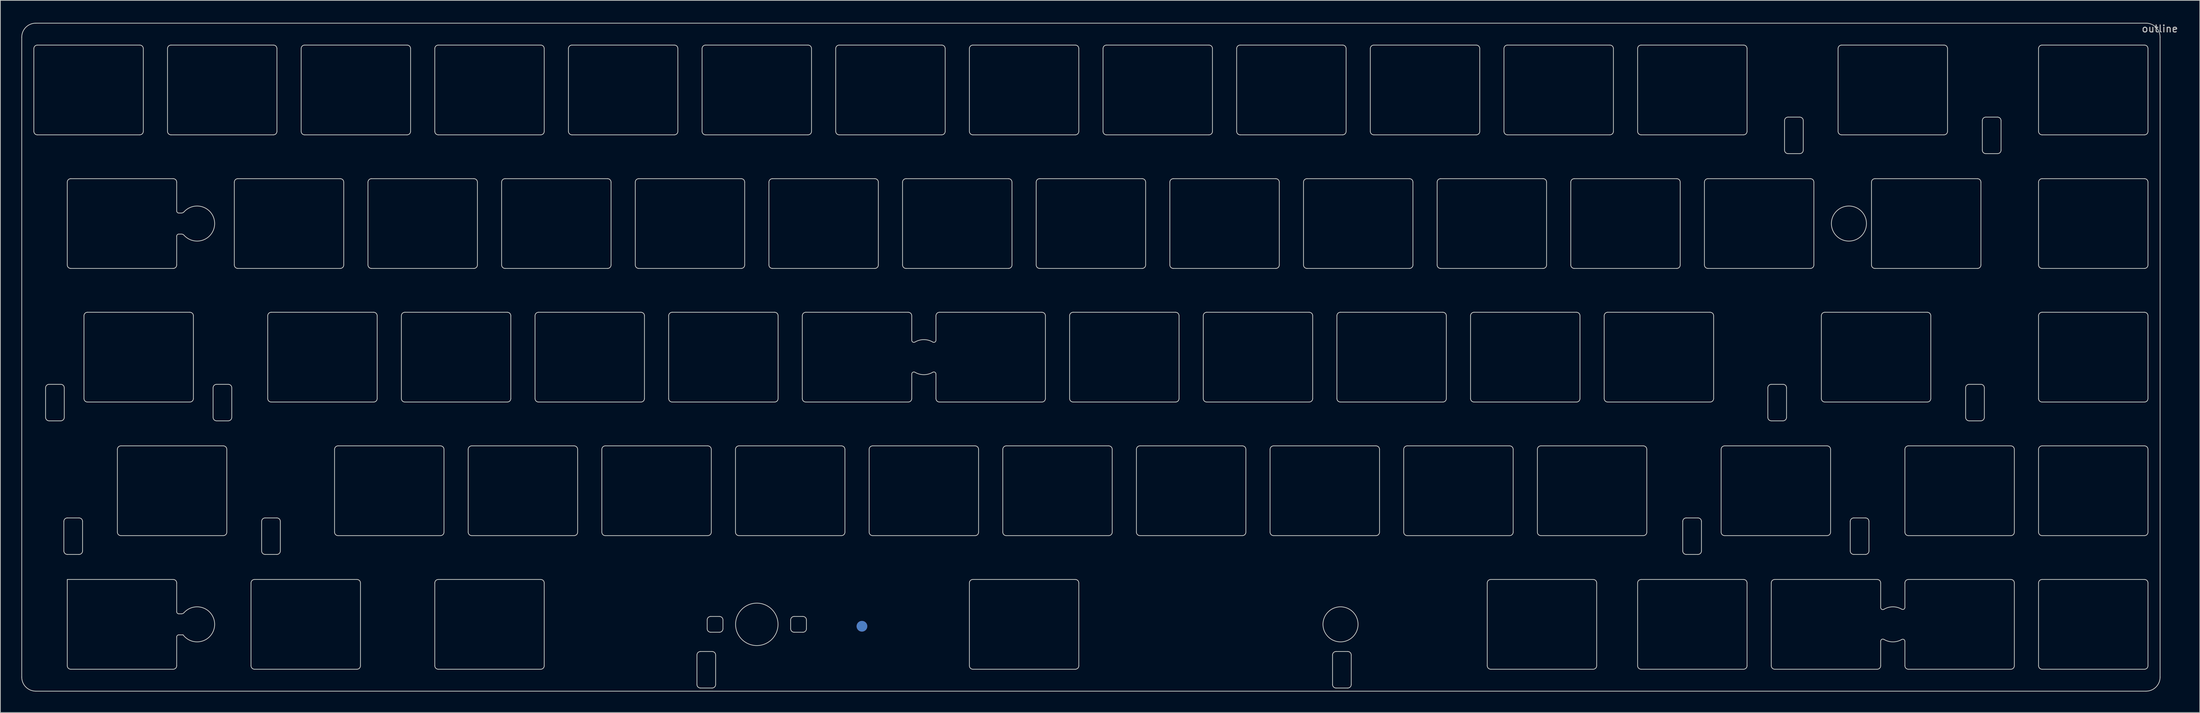
<source format=kicad_pcb>
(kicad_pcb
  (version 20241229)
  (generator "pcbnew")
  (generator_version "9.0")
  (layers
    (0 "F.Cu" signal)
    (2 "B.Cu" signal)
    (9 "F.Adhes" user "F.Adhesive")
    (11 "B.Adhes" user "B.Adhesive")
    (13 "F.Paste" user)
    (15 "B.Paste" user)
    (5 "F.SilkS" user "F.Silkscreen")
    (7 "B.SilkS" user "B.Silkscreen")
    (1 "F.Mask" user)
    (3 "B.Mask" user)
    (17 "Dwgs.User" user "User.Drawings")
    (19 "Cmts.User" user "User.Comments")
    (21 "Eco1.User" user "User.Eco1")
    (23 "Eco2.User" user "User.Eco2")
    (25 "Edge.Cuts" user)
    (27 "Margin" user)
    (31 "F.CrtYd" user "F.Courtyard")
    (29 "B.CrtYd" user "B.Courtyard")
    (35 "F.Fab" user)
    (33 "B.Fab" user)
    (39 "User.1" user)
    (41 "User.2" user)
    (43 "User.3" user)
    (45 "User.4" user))
  (footprint "outline"
    (layer "F.Cu")
    (at 304.812 0.25)
    (property "Reference" "outline" (at 0 0.8 0) (layer "Dwgs.User") (effects (font (size 1 1) (thickness 0.15))))
    (attr through_hole)
    (fp_line (start -304.762 93.253) (end -304.762 2.003) (stroke (width 0.1) (type solid)) (layer "Edge.Cuts"))
    (fp_line (start -303.037 15.427) (end -303.037 3.627) (stroke (width 0.1) (type solid)) (layer "Edge.Cuts"))
    (fp_line (start -302.762 0.003) (end -1.962 0.003) (stroke (width 0.1) (type solid)) (layer "Edge.Cuts"))
    (fp_line (start -302.537 3.127) (end -287.937 3.127) (stroke (width 0.1) (type solid)) (layer "Edge.Cuts"))
    (fp_line (start -301.365 56.208) (end -301.365 52) (stroke (width 0.1) (type solid)) (layer "Edge.Cuts"))
    (fp_line (start -300.865 51.5) (end -299.2 51.5) (stroke (width 0.1) (type solid)) (layer "Edge.Cuts"))
    (fp_line (start -299.2 56.708) (end -300.865 56.708) (stroke (width 0.1) (type solid)) (layer "Edge.Cuts"))
    (fp_line (start -298.761 75.258) (end -298.761 71.05) (stroke (width 0.1) (type solid)) (layer "Edge.Cuts"))
    (fp_line (start -298.7 52) (end -298.7 56.208) (stroke (width 0.1) (type solid)) (layer "Edge.Cuts"))
    (fp_line (start -298.275 34.477) (end -298.275 22.677) (stroke (width 0.1) (type solid)) (layer "Edge.Cuts"))
    (fp_line (start -298.275 79.327) (end -283.175 79.327) (stroke (width 0.1) (type solid)) (layer "Edge.Cuts"))
    (fp_line (start -298.275 91.627) (end -298.275 79.327) (stroke (width 0.1) (type solid)) (layer "Edge.Cuts"))
    (fp_line (start -298.261 70.55) (end -296.594 70.55) (stroke (width 0.1) (type solid)) (layer "Edge.Cuts"))
    (fp_line (start -297.775 22.177) (end -283.175 22.177) (stroke (width 0.1) (type solid)) (layer "Edge.Cuts"))
    (fp_line (start -296.594 75.758) (end -298.261 75.758) (stroke (width 0.1) (type solid)) (layer "Edge.Cuts"))
    (fp_line (start -296.094 71.05) (end -296.094 75.258) (stroke (width 0.1) (type solid)) (layer "Edge.Cuts"))
    (fp_line (start -295.894 53.527) (end -295.894 41.727) (stroke (width 0.1) (type solid)) (layer "Edge.Cuts"))
    (fp_line (start -295.394 41.227) (end -280.795 41.227) (stroke (width 0.1) (type solid)) (layer "Edge.Cuts"))
    (fp_line (start -291.132 72.577) (end -291.132 60.777) (stroke (width 0.1) (type solid)) (layer "Edge.Cuts"))
    (fp_line (start -290.632 60.277) (end -276.031 60.277) (stroke (width 0.1) (type solid)) (layer "Edge.Cuts"))
    (fp_line (start -287.937 15.927) (end -302.537 15.927) (stroke (width 0.1) (type solid)) (layer "Edge.Cuts"))
    (fp_line (start -287.437 3.627) (end -287.437 15.427) (stroke (width 0.1) (type solid)) (layer "Edge.Cuts"))
    (fp_line (start -283.987 15.427) (end -283.987 3.627) (stroke (width 0.1) (type solid)) (layer "Edge.Cuts"))
    (fp_line (start -283.487 3.127) (end -268.887 3.127) (stroke (width 0.1) (type solid)) (layer "Edge.Cuts"))
    (fp_line (start -283.175 34.977) (end -297.775 34.977) (stroke (width 0.1) (type solid)) (layer "Edge.Cuts"))
    (fp_line (start -283.175 92.127) (end -297.775 92.127) (stroke (width 0.1) (type solid)) (layer "Edge.Cuts"))
    (fp_line (start -282.675 22.677) (end -282.675 26.777) (stroke (width 0.1) (type solid)) (layer "Edge.Cuts"))
    (fp_line (start -282.675 30.377) (end -282.675 34.477) (stroke (width 0.1) (type solid)) (layer "Edge.Cuts"))
    (fp_line (start -282.675 79.827) (end -282.675 83.927) (stroke (width 0.1) (type solid)) (layer "Edge.Cuts"))
    (fp_line (start -282.675 87.527) (end -282.675 91.627) (stroke (width 0.1) (type solid)) (layer "Edge.Cuts"))
    (fp_line (start -282.375 27.077) (end -282.002 27.077) (stroke (width 0.1) (type solid)) (layer "Edge.Cuts"))
    (fp_line (start -282.375 84.227) (end -282.002 84.227) (stroke (width 0.1) (type solid)) (layer "Edge.Cuts"))
    (fp_line (start -282.002 30.077) (end -282.375 30.077) (stroke (width 0.1) (type solid)) (layer "Edge.Cuts"))
    (fp_line (start -281.765 87.227) (end -282.375 87.227) (stroke (width 0.1) (type solid)) (layer "Edge.Cuts"))
    (fp_line (start -280.795 54.027) (end -295.394 54.027) (stroke (width 0.1) (type solid)) (layer "Edge.Cuts"))
    (fp_line (start -280.295 41.727) (end -280.295 53.527) (stroke (width 0.1) (type solid)) (layer "Edge.Cuts"))
    (fp_line (start -277.489 56.208) (end -277.489 52) (stroke (width 0.1) (type solid)) (layer "Edge.Cuts"))
    (fp_line (start -276.989 51.5) (end -275.323 51.5) (stroke (width 0.1) (type solid)) (layer "Edge.Cuts"))
    (fp_line (start -276.031 73.077) (end -290.632 73.077) (stroke (width 0.1) (type solid)) (layer "Edge.Cuts"))
    (fp_line (start -275.531 60.777) (end -275.531 72.577) (stroke (width 0.1) (type solid)) (layer "Edge.Cuts"))
    (fp_line (start -275.323 56.708) (end -276.989 56.708) (stroke (width 0.1) (type solid)) (layer "Edge.Cuts"))
    (fp_line (start -274.823 52) (end -274.823 56.208) (stroke (width 0.1) (type solid)) (layer "Edge.Cuts"))
    (fp_line (start -274.462 34.477) (end -274.462 22.677) (stroke (width 0.1) (type solid)) (layer "Edge.Cuts"))
    (fp_line (start -273.962 22.177) (end -259.362 22.177) (stroke (width 0.1) (type solid)) (layer "Edge.Cuts"))
    (fp_line (start -272.082 91.627) (end -272.082 79.827) (stroke (width 0.1) (type solid)) (layer "Edge.Cuts"))
    (fp_line (start -271.582 79.327) (end -256.981 79.327) (stroke (width 0.1) (type solid)) (layer "Edge.Cuts"))
    (fp_line (start -270.569 75.258) (end -270.569 71.05) (stroke (width 0.1) (type solid)) (layer "Edge.Cuts"))
    (fp_line (start -270.069 70.55) (end -268.402 70.55) (stroke (width 0.1) (type solid)) (layer "Edge.Cuts"))
    (fp_line (start -269.7 53.527) (end -269.7 41.727) (stroke (width 0.1) (type solid)) (layer "Edge.Cuts"))
    (fp_line (start -269.2 41.227) (end -254.6 41.227) (stroke (width 0.1) (type solid)) (layer "Edge.Cuts"))
    (fp_line (start -268.887 15.927) (end -283.487 15.927) (stroke (width 0.1) (type solid)) (layer "Edge.Cuts"))
    (fp_line (start -268.402 75.758) (end -270.069 75.758) (stroke (width 0.1) (type solid)) (layer "Edge.Cuts"))
    (fp_line (start -268.387 3.627) (end -268.387 15.427) (stroke (width 0.1) (type solid)) (layer "Edge.Cuts"))
    (fp_line (start -267.902 71.05) (end -267.902 75.258) (stroke (width 0.1) (type solid)) (layer "Edge.Cuts"))
    (fp_line (start -264.937 15.427) (end -264.937 3.627) (stroke (width 0.1) (type solid)) (layer "Edge.Cuts"))
    (fp_line (start -264.437 3.127) (end -249.837 3.127) (stroke (width 0.1) (type solid)) (layer "Edge.Cuts"))
    (fp_line (start -260.176 72.577) (end -260.176 60.777) (stroke (width 0.1) (type solid)) (layer "Edge.Cuts"))
    (fp_line (start -259.676 60.277) (end -245.075 60.277) (stroke (width 0.1) (type solid)) (layer "Edge.Cuts"))
    (fp_line (start -259.362 34.977) (end -273.962 34.977) (stroke (width 0.1) (type solid)) (layer "Edge.Cuts"))
    (fp_line (start -258.862 22.677) (end -258.862 34.477) (stroke (width 0.1) (type solid)) (layer "Edge.Cuts"))
    (fp_line (start -256.981 92.127) (end -271.582 92.127) (stroke (width 0.1) (type solid)) (layer "Edge.Cuts"))
    (fp_line (start -256.481 79.827) (end -256.481 91.627) (stroke (width 0.1) (type solid)) (layer "Edge.Cuts"))
    (fp_line (start -255.412 34.477) (end -255.412 22.677) (stroke (width 0.1) (type solid)) (layer "Edge.Cuts"))
    (fp_line (start -254.912 22.177) (end -240.312 22.177) (stroke (width 0.1) (type solid)) (layer "Edge.Cuts"))
    (fp_line (start -254.6 54.027) (end -269.2 54.027) (stroke (width 0.1) (type solid)) (layer "Edge.Cuts"))
    (fp_line (start -254.1 41.727) (end -254.1 53.527) (stroke (width 0.1) (type solid)) (layer "Edge.Cuts"))
    (fp_line (start -250.651 53.527) (end -250.651 41.727) (stroke (width 0.1) (type solid)) (layer "Edge.Cuts"))
    (fp_line (start -250.151 41.227) (end -235.55 41.227) (stroke (width 0.1) (type solid)) (layer "Edge.Cuts"))
    (fp_line (start -249.837 15.927) (end -264.437 15.927) (stroke (width 0.1) (type solid)) (layer "Edge.Cuts"))
    (fp_line (start -249.337 3.627) (end -249.337 15.427) (stroke (width 0.1) (type solid)) (layer "Edge.Cuts"))
    (fp_line (start -245.887 15.427) (end -245.887 3.627) (stroke (width 0.1) (type solid)) (layer "Edge.Cuts"))
    (fp_line (start -245.887 91.627) (end -245.887 79.827) (stroke (width 0.1) (type solid)) (layer "Edge.Cuts"))
    (fp_line (start -245.387 3.127) (end -230.787 3.127) (stroke (width 0.1) (type solid)) (layer "Edge.Cuts"))
    (fp_line (start -245.387 79.327) (end -230.787 79.327) (stroke (width 0.1) (type solid)) (layer "Edge.Cuts"))
    (fp_line (start -245.075 73.077) (end -259.676 73.077) (stroke (width 0.1) (type solid)) (layer "Edge.Cuts"))
    (fp_line (start -244.575 60.777) (end -244.575 72.577) (stroke (width 0.1) (type solid)) (layer "Edge.Cuts"))
    (fp_line (start -241.126 72.577) (end -241.126 60.777) (stroke (width 0.1) (type solid)) (layer "Edge.Cuts"))
    (fp_line (start -240.626 60.277) (end -226.025 60.277) (stroke (width 0.1) (type solid)) (layer "Edge.Cuts"))
    (fp_line (start -240.312 34.977) (end -254.912 34.977) (stroke (width 0.1) (type solid)) (layer "Edge.Cuts"))
    (fp_line (start -239.812 22.677) (end -239.812 34.477) (stroke (width 0.1) (type solid)) (layer "Edge.Cuts"))
    (fp_line (start -236.362 34.477) (end -236.362 22.677) (stroke (width 0.1) (type solid)) (layer "Edge.Cuts"))
    (fp_line (start -235.862 22.177) (end -221.262 22.177) (stroke (width 0.1) (type solid)) (layer "Edge.Cuts"))
    (fp_line (start -235.55 54.027) (end -250.151 54.027) (stroke (width 0.1) (type solid)) (layer "Edge.Cuts"))
    (fp_line (start -235.05 41.727) (end -235.05 53.527) (stroke (width 0.1) (type solid)) (layer "Edge.Cuts"))
    (fp_line (start -231.601 53.527) (end -231.601 41.727) (stroke (width 0.1) (type solid)) (layer "Edge.Cuts"))
    (fp_line (start -231.101 41.227) (end -216.5 41.227) (stroke (width 0.1) (type solid)) (layer "Edge.Cuts"))
    (fp_line (start -230.787 15.927) (end -245.387 15.927) (stroke (width 0.1) (type solid)) (layer "Edge.Cuts"))
    (fp_line (start -230.787 92.127) (end -245.387 92.127) (stroke (width 0.1) (type solid)) (layer "Edge.Cuts"))
    (fp_line (start -230.287 3.627) (end -230.287 15.427) (stroke (width 0.1) (type solid)) (layer "Edge.Cuts"))
    (fp_line (start -230.287 79.827) (end -230.287 91.627) (stroke (width 0.1) (type solid)) (layer "Edge.Cuts"))
    (fp_line (start -226.837 15.427) (end -226.837 3.627) (stroke (width 0.1) (type solid)) (layer "Edge.Cuts"))
    (fp_line (start -226.337 3.127) (end -211.739 3.127) (stroke (width 0.1) (type solid)) (layer "Edge.Cuts"))
    (fp_line (start -226.025 73.077) (end -240.626 73.077) (stroke (width 0.1) (type solid)) (layer "Edge.Cuts"))
    (fp_line (start -225.525 60.777) (end -225.525 72.577) (stroke (width 0.1) (type solid)) (layer "Edge.Cuts"))
    (fp_line (start -222.076 72.577) (end -222.076 60.777) (stroke (width 0.1) (type solid)) (layer "Edge.Cuts"))
    (fp_line (start -221.576 60.277) (end -206.975 60.277) (stroke (width 0.1) (type solid)) (layer "Edge.Cuts"))
    (fp_line (start -221.262 34.977) (end -235.862 34.977) (stroke (width 0.1) (type solid)) (layer "Edge.Cuts"))
    (fp_line (start -220.762 22.677) (end -220.762 34.477) (stroke (width 0.1) (type solid)) (layer "Edge.Cuts"))
    (fp_line (start -217.312 34.477) (end -217.312 22.677) (stroke (width 0.1) (type solid)) (layer "Edge.Cuts"))
    (fp_line (start -216.812 22.177) (end -202.212 22.177) (stroke (width 0.1) (type solid)) (layer "Edge.Cuts"))
    (fp_line (start -216.5 54.027) (end -231.101 54.027) (stroke (width 0.1) (type solid)) (layer "Edge.Cuts"))
    (fp_line (start -216 41.727) (end -216 53.527) (stroke (width 0.1) (type solid)) (layer "Edge.Cuts"))
    (fp_line (start -212.551 53.527) (end -212.551 41.727) (stroke (width 0.1) (type solid)) (layer "Edge.Cuts"))
    (fp_line (start -212.051 41.227) (end -197.45 41.227) (stroke (width 0.1) (type solid)) (layer "Edge.Cuts"))
    (fp_line (start -211.739 15.927) (end -226.337 15.927) (stroke (width 0.1) (type solid)) (layer "Edge.Cuts"))
    (fp_line (start -211.239 3.627) (end -211.239 15.427) (stroke (width 0.1) (type solid)) (layer "Edge.Cuts"))
    (fp_line (start -208.52 94.306) (end -208.52 90.1) (stroke (width 0.1) (type solid)) (layer "Edge.Cuts"))
    (fp_line (start -208.02 89.6) (end -206.355 89.6) (stroke (width 0.1) (type solid)) (layer "Edge.Cuts"))
    (fp_line (start -207.787 15.427) (end -207.787 3.627) (stroke (width 0.1) (type solid)) (layer "Edge.Cuts"))
    (fp_line (start -207.287 3.127) (end -192.689 3.127) (stroke (width 0.1) (type solid)) (layer "Edge.Cuts"))
    (fp_line (start -207.062 86.352) (end -207.062 85.102) (stroke (width 0.1) (type solid)) (layer "Edge.Cuts"))
    (fp_line (start -206.975 73.077) (end -221.576 73.077) (stroke (width 0.1) (type solid)) (layer "Edge.Cuts"))
    (fp_line (start -206.562 84.602) (end -205.312 84.602) (stroke (width 0.1) (type solid)) (layer "Edge.Cuts"))
    (fp_line (start -206.475 60.777) (end -206.475 72.577) (stroke (width 0.1) (type solid)) (layer "Edge.Cuts"))
    (fp_line (start -206.355 94.806) (end -208.02 94.806) (stroke (width 0.1) (type solid)) (layer "Edge.Cuts"))
    (fp_line (start -205.855 90.1) (end -205.855 94.306) (stroke (width 0.1) (type solid)) (layer "Edge.Cuts"))
    (fp_line (start -205.312 86.852) (end -206.562 86.852) (stroke (width 0.1) (type solid)) (layer "Edge.Cuts"))
    (fp_line (start -204.812 85.102) (end -204.812 86.352) (stroke (width 0.1) (type solid)) (layer "Edge.Cuts"))
    (fp_line (start -203.026 72.577) (end -203.026 60.777) (stroke (width 0.1) (type solid)) (layer "Edge.Cuts"))
    (fp_line (start -202.526 60.277) (end -187.925 60.277) (stroke (width 0.1) (type solid)) (layer "Edge.Cuts"))
    (fp_line (start -202.212 34.977) (end -216.812 34.977) (stroke (width 0.1) (type solid)) (layer "Edge.Cuts"))
    (fp_line (start -201.712 22.677) (end -201.712 34.477) (stroke (width 0.1) (type solid)) (layer "Edge.Cuts"))
    (fp_line (start -198.262 34.477) (end -198.262 22.677) (stroke (width 0.1) (type solid)) (layer "Edge.Cuts"))
    (fp_line (start -197.762 22.177) (end -183.162 22.177) (stroke (width 0.1) (type solid)) (layer "Edge.Cuts"))
    (fp_line (start -197.45 54.027) (end -212.051 54.027) (stroke (width 0.1) (type solid)) (layer "Edge.Cuts"))
    (fp_line (start -196.95 41.727) (end -196.95 53.527) (stroke (width 0.1) (type solid)) (layer "Edge.Cuts"))
    (fp_line (start -195.162 86.352) (end -195.162 85.102) (stroke (width 0.1) (type solid)) (layer "Edge.Cuts"))
    (fp_line (start -194.662 84.602) (end -193.412 84.602) (stroke (width 0.1) (type solid)) (layer "Edge.Cuts"))
    (fp_line (start -193.501 53.527) (end -193.501 41.727) (stroke (width 0.1) (type solid)) (layer "Edge.Cuts"))
    (fp_line (start -193.412 86.852) (end -194.662 86.852) (stroke (width 0.1) (type solid)) (layer "Edge.Cuts"))
    (fp_line (start -193.001 41.227) (end -178.4 41.227) (stroke (width 0.1) (type solid)) (layer "Edge.Cuts"))
    (fp_line (start -192.912 85.102) (end -192.912 86.352) (stroke (width 0.1) (type solid)) (layer "Edge.Cuts"))
    (fp_line (start -192.689 15.927) (end -207.287 15.927) (stroke (width 0.1) (type solid)) (layer "Edge.Cuts"))
    (fp_line (start -192.189 3.627) (end -192.189 15.427) (stroke (width 0.1) (type solid)) (layer "Edge.Cuts"))
    (fp_line (start -188.738 15.427) (end -188.738 3.627) (stroke (width 0.1) (type solid)) (layer "Edge.Cuts"))
    (fp_line (start -188.238 3.127) (end -173.637 3.127) (stroke (width 0.1) (type solid)) (layer "Edge.Cuts"))
    (fp_line (start -187.925 73.077) (end -202.526 73.077) (stroke (width 0.1) (type solid)) (layer "Edge.Cuts"))
    (fp_line (start -187.425 60.777) (end -187.425 72.577) (stroke (width 0.1) (type solid)) (layer "Edge.Cuts"))
    (fp_line (start -183.976 72.577) (end -183.976 60.777) (stroke (width 0.1) (type solid)) (layer "Edge.Cuts"))
    (fp_line (start -183.476 60.277) (end -168.875 60.277) (stroke (width 0.1) (type solid)) (layer "Edge.Cuts"))
    (fp_line (start -183.162 34.977) (end -197.762 34.977) (stroke (width 0.1) (type solid)) (layer "Edge.Cuts"))
    (fp_line (start -182.662 22.677) (end -182.662 34.477) (stroke (width 0.1) (type solid)) (layer "Edge.Cuts"))
    (fp_line (start -179.213 34.477) (end -179.213 22.677) (stroke (width 0.1) (type solid)) (layer "Edge.Cuts"))
    (fp_line (start -178.713 22.177) (end -164.112 22.177) (stroke (width 0.1) (type solid)) (layer "Edge.Cuts"))
    (fp_line (start -178.4 54.027) (end -193.001 54.027) (stroke (width 0.1) (type solid)) (layer "Edge.Cuts"))
    (fp_line (start -177.9 41.727) (end -177.9 45.216) (stroke (width 0.1) (type solid)) (layer "Edge.Cuts"))
    (fp_line (start -177.9 50.038) (end -177.9 53.527) (stroke (width 0.1) (type solid)) (layer "Edge.Cuts"))
    (fp_line (start -174.451 45.216) (end -174.451 41.727) (stroke (width 0.1) (type solid)) (layer "Edge.Cuts"))
    (fp_line (start -174.451 53.527) (end -174.451 50.038) (stroke (width 0.1) (type solid)) (layer "Edge.Cuts"))
    (fp_line (start -173.951 41.227) (end -159.35 41.227) (stroke (width 0.1) (type solid)) (layer "Edge.Cuts"))
    (fp_line (start -173.637 15.927) (end -188.238 15.927) (stroke (width 0.1) (type solid)) (layer "Edge.Cuts"))
    (fp_line (start -173.137 3.627) (end -173.137 15.427) (stroke (width 0.1) (type solid)) (layer "Edge.Cuts"))
    (fp_line (start -169.687 15.427) (end -169.687 3.627) (stroke (width 0.1) (type solid)) (layer "Edge.Cuts"))
    (fp_line (start -169.687 91.627) (end -169.687 79.827) (stroke (width 0.1) (type solid)) (layer "Edge.Cuts"))
    (fp_line (start -169.187 3.127) (end -154.587 3.127) (stroke (width 0.1) (type solid)) (layer "Edge.Cuts"))
    (fp_line (start -169.187 79.327) (end -154.587 79.327) (stroke (width 0.1) (type solid)) (layer "Edge.Cuts"))
    (fp_line (start -168.875 73.077) (end -183.476 73.077) (stroke (width 0.1) (type solid)) (layer "Edge.Cuts"))
    (fp_line (start -168.375 60.777) (end -168.375 72.577) (stroke (width 0.1) (type solid)) (layer "Edge.Cuts"))
    (fp_line (start -164.926 72.577) (end -164.926 60.777) (stroke (width 0.1) (type solid)) (layer "Edge.Cuts"))
    (fp_line (start -164.426 60.277) (end -149.825 60.277) (stroke (width 0.1) (type solid)) (layer "Edge.Cuts"))
    (fp_line (start -164.112 34.977) (end -178.713 34.977) (stroke (width 0.1) (type solid)) (layer "Edge.Cuts"))
    (fp_line (start -163.612 22.677) (end -163.612 34.477) (stroke (width 0.1) (type solid)) (layer "Edge.Cuts"))
    (fp_line (start -160.162 34.477) (end -160.162 22.677) (stroke (width 0.1) (type solid)) (layer "Edge.Cuts"))
    (fp_line (start -159.662 22.177) (end -145.062 22.177) (stroke (width 0.1) (type solid)) (layer "Edge.Cuts"))
    (fp_line (start -159.35 54.027) (end -173.951 54.027) (stroke (width 0.1) (type solid)) (layer "Edge.Cuts"))
    (fp_line (start -158.85 41.727) (end -158.85 53.527) (stroke (width 0.1) (type solid)) (layer "Edge.Cuts"))
    (fp_line (start -155.401 53.527) (end -155.401 41.727) (stroke (width 0.1) (type solid)) (layer "Edge.Cuts"))
    (fp_line (start -154.901 41.227) (end -140.3 41.227) (stroke (width 0.1) (type solid)) (layer "Edge.Cuts"))
    (fp_line (start -154.587 15.927) (end -169.187 15.927) (stroke (width 0.1) (type solid)) (layer "Edge.Cuts"))
    (fp_line (start -154.587 92.127) (end -169.187 92.127) (stroke (width 0.1) (type solid)) (layer "Edge.Cuts"))
    (fp_line (start -154.087 3.627) (end -154.087 15.427) (stroke (width 0.1) (type solid)) (layer "Edge.Cuts"))
    (fp_line (start -154.087 79.827) (end -154.087 91.627) (stroke (width 0.1) (type solid)) (layer "Edge.Cuts"))
    (fp_line (start -150.637 15.427) (end -150.637 3.627) (stroke (width 0.1) (type solid)) (layer "Edge.Cuts"))
    (fp_line (start -150.137 3.127) (end -135.537 3.127) (stroke (width 0.1) (type solid)) (layer "Edge.Cuts"))
    (fp_line (start -149.825 73.077) (end -164.426 73.077) (stroke (width 0.1) (type solid)) (layer "Edge.Cuts"))
    (fp_line (start -149.325 60.777) (end -149.325 72.577) (stroke (width 0.1) (type solid)) (layer "Edge.Cuts"))
    (fp_line (start -145.876 72.577) (end -145.876 60.777) (stroke (width 0.1) (type solid)) (layer "Edge.Cuts"))
    (fp_line (start -145.376 60.277) (end -130.775 60.277) (stroke (width 0.1) (type solid)) (layer "Edge.Cuts"))
    (fp_line (start -145.062 34.977) (end -159.662 34.977) (stroke (width 0.1) (type solid)) (layer "Edge.Cuts"))
    (fp_line (start -144.562 22.677) (end -144.562 34.477) (stroke (width 0.1) (type solid)) (layer "Edge.Cuts"))
    (fp_line (start -141.112 34.477) (end -141.112 22.677) (stroke (width 0.1) (type solid)) (layer "Edge.Cuts"))
    (fp_line (start -140.612 22.177) (end -126.012 22.177) (stroke (width 0.1) (type solid)) (layer "Edge.Cuts"))
    (fp_line (start -140.3 54.027) (end -154.901 54.027) (stroke (width 0.1) (type solid)) (layer "Edge.Cuts"))
    (fp_line (start -139.8 41.727) (end -139.8 53.527) (stroke (width 0.1) (type solid)) (layer "Edge.Cuts"))
    (fp_line (start -136.351 53.527) (end -136.351 41.727) (stroke (width 0.1) (type solid)) (layer "Edge.Cuts"))
    (fp_line (start -135.851 41.227) (end -121.25 41.227) (stroke (width 0.1) (type solid)) (layer "Edge.Cuts"))
    (fp_line (start -135.537 15.927) (end -150.137 15.927) (stroke (width 0.1) (type solid)) (layer "Edge.Cuts"))
    (fp_line (start -135.037 3.627) (end -135.037 15.427) (stroke (width 0.1) (type solid)) (layer "Edge.Cuts"))
    (fp_line (start -131.587 15.427) (end -131.587 3.627) (stroke (width 0.1) (type solid)) (layer "Edge.Cuts"))
    (fp_line (start -131.087 3.127) (end -116.487 3.127) (stroke (width 0.1) (type solid)) (layer "Edge.Cuts"))
    (fp_line (start -130.775 73.077) (end -145.376 73.077) (stroke (width 0.1) (type solid)) (layer "Edge.Cuts"))
    (fp_line (start -130.275 60.777) (end -130.275 72.577) (stroke (width 0.1) (type solid)) (layer "Edge.Cuts"))
    (fp_line (start -126.826 72.577) (end -126.826 60.777) (stroke (width 0.1) (type solid)) (layer "Edge.Cuts"))
    (fp_line (start -126.326 60.277) (end -111.725 60.277) (stroke (width 0.1) (type solid)) (layer "Edge.Cuts"))
    (fp_line (start -126.012 34.977) (end -140.612 34.977) (stroke (width 0.1) (type solid)) (layer "Edge.Cuts"))
    (fp_line (start -125.512 22.677) (end -125.512 34.477) (stroke (width 0.1) (type solid)) (layer "Edge.Cuts"))
    (fp_line (start -122.062 34.477) (end -122.062 22.677) (stroke (width 0.1) (type solid)) (layer "Edge.Cuts"))
    (fp_line (start -121.562 22.177) (end -106.962 22.177) (stroke (width 0.1) (type solid)) (layer "Edge.Cuts"))
    (fp_line (start -121.25 54.027) (end -135.851 54.027) (stroke (width 0.1) (type solid)) (layer "Edge.Cuts"))
    (fp_line (start -120.75 41.727) (end -120.75 53.527) (stroke (width 0.1) (type solid)) (layer "Edge.Cuts"))
    (fp_line (start -117.921 94.306) (end -117.921 90.1) (stroke (width 0.1) (type solid)) (layer "Edge.Cuts"))
    (fp_line (start -117.421 89.6) (end -115.756 89.6) (stroke (width 0.1) (type solid)) (layer "Edge.Cuts"))
    (fp_line (start -117.301 53.527) (end -117.301 41.727) (stroke (width 0.1) (type solid)) (layer "Edge.Cuts"))
    (fp_line (start -116.801 41.227) (end -102.2 41.227) (stroke (width 0.1) (type solid)) (layer "Edge.Cuts"))
    (fp_line (start -116.487 15.927) (end -131.087 15.927) (stroke (width 0.1) (type solid)) (layer "Edge.Cuts"))
    (fp_line (start -115.987 3.627) (end -115.987 15.427) (stroke (width 0.1) (type solid)) (layer "Edge.Cuts"))
    (fp_line (start -115.756 94.806) (end -117.421 94.806) (stroke (width 0.1) (type solid)) (layer "Edge.Cuts"))
    (fp_line (start -115.256 90.1) (end -115.256 94.306) (stroke (width 0.1) (type solid)) (layer "Edge.Cuts"))
    (fp_line (start -112.537 15.427) (end -112.537 3.627) (stroke (width 0.1) (type solid)) (layer "Edge.Cuts"))
    (fp_line (start -112.037 3.127) (end -97.437 3.127) (stroke (width 0.1) (type solid)) (layer "Edge.Cuts"))
    (fp_line (start -111.725 73.077) (end -126.326 73.077) (stroke (width 0.1) (type solid)) (layer "Edge.Cuts"))
    (fp_line (start -111.225 60.777) (end -111.225 72.577) (stroke (width 0.1) (type solid)) (layer "Edge.Cuts"))
    (fp_line (start -107.776 72.577) (end -107.776 60.777) (stroke (width 0.1) (type solid)) (layer "Edge.Cuts"))
    (fp_line (start -107.276 60.277) (end -92.675 60.277) (stroke (width 0.1) (type solid)) (layer "Edge.Cuts"))
    (fp_line (start -106.962 34.977) (end -121.562 34.977) (stroke (width 0.1) (type solid)) (layer "Edge.Cuts"))
    (fp_line (start -106.462 22.677) (end -106.462 34.477) (stroke (width 0.1) (type solid)) (layer "Edge.Cuts"))
    (fp_line (start -103.012 34.477) (end -103.012 22.677) (stroke (width 0.1) (type solid)) (layer "Edge.Cuts"))
    (fp_line (start -102.512 22.177) (end -87.912 22.177) (stroke (width 0.1) (type solid)) (layer "Edge.Cuts"))
    (fp_line (start -102.2 54.027) (end -116.801 54.027) (stroke (width 0.1) (type solid)) (layer "Edge.Cuts"))
    (fp_line (start -101.7 41.727) (end -101.7 53.527) (stroke (width 0.1) (type solid)) (layer "Edge.Cuts"))
    (fp_line (start -98.251 53.527) (end -98.251 41.727) (stroke (width 0.1) (type solid)) (layer "Edge.Cuts"))
    (fp_line (start -97.751 41.227) (end -83.15 41.227) (stroke (width 0.1) (type solid)) (layer "Edge.Cuts"))
    (fp_line (start -97.437 15.927) (end -112.037 15.927) (stroke (width 0.1) (type solid)) (layer "Edge.Cuts"))
    (fp_line (start -96.937 3.627) (end -96.937 15.427) (stroke (width 0.1) (type solid)) (layer "Edge.Cuts"))
    (fp_line (start -95.869 91.627) (end -95.869 79.827) (stroke (width 0.1) (type solid)) (layer "Edge.Cuts"))
    (fp_line (start -95.369 79.327) (end -80.77 79.327) (stroke (width 0.1) (type solid)) (layer "Edge.Cuts"))
    (fp_line (start -93.487 15.427) (end -93.487 3.627) (stroke (width 0.1) (type solid)) (layer "Edge.Cuts"))
    (fp_line (start -92.987 3.127) (end -78.387 3.127) (stroke (width 0.1) (type solid)) (layer "Edge.Cuts"))
    (fp_line (start -92.675 73.077) (end -107.276 73.077) (stroke (width 0.1) (type solid)) (layer "Edge.Cuts"))
    (fp_line (start -92.175 60.777) (end -92.175 72.577) (stroke (width 0.1) (type solid)) (layer "Edge.Cuts"))
    (fp_line (start -88.726 72.577) (end -88.726 60.777) (stroke (width 0.1) (type solid)) (layer "Edge.Cuts"))
    (fp_line (start -88.226 60.277) (end -73.625 60.277) (stroke (width 0.1) (type solid)) (layer "Edge.Cuts"))
    (fp_line (start -87.912 34.977) (end -102.512 34.977) (stroke (width 0.1) (type solid)) (layer "Edge.Cuts"))
    (fp_line (start -87.412 22.677) (end -87.412 34.477) (stroke (width 0.1) (type solid)) (layer "Edge.Cuts"))
    (fp_line (start -83.962 34.477) (end -83.962 22.677) (stroke (width 0.1) (type solid)) (layer "Edge.Cuts"))
    (fp_line (start -83.462 22.177) (end -68.862 22.177) (stroke (width 0.1) (type solid)) (layer "Edge.Cuts"))
    (fp_line (start -83.15 54.027) (end -97.751 54.027) (stroke (width 0.1) (type solid)) (layer "Edge.Cuts"))
    (fp_line (start -82.65 41.727) (end -82.65 53.527) (stroke (width 0.1) (type solid)) (layer "Edge.Cuts"))
    (fp_line (start -80.77 92.127) (end -95.369 92.127) (stroke (width 0.1) (type solid)) (layer "Edge.Cuts"))
    (fp_line (start -80.27 79.827) (end -80.27 91.627) (stroke (width 0.1) (type solid)) (layer "Edge.Cuts"))
    (fp_line (start -79.201 53.527) (end -79.201 41.727) (stroke (width 0.1) (type solid)) (layer "Edge.Cuts"))
    (fp_line (start -78.701 41.227) (end -64.1 41.227) (stroke (width 0.1) (type solid)) (layer "Edge.Cuts"))
    (fp_line (start -78.387 15.927) (end -92.987 15.927) (stroke (width 0.1) (type solid)) (layer "Edge.Cuts"))
    (fp_line (start -77.887 3.627) (end -77.887 15.427) (stroke (width 0.1) (type solid)) (layer "Edge.Cuts"))
    (fp_line (start -74.437 15.427) (end -74.437 3.627) (stroke (width 0.1) (type solid)) (layer "Edge.Cuts"))
    (fp_line (start -74.437 91.627) (end -74.437 79.827) (stroke (width 0.1) (type solid)) (layer "Edge.Cuts"))
    (fp_line (start -73.937 3.127) (end -59.337 3.127) (stroke (width 0.1) (type solid)) (layer "Edge.Cuts"))
    (fp_line (start -73.937 79.327) (end -59.337 79.327) (stroke (width 0.1) (type solid)) (layer "Edge.Cuts"))
    (fp_line (start -73.625 73.077) (end -88.226 73.077) (stroke (width 0.1) (type solid)) (layer "Edge.Cuts"))
    (fp_line (start -73.125 60.777) (end -73.125 72.577) (stroke (width 0.1) (type solid)) (layer "Edge.Cuts"))
    (fp_line (start -68.862 34.977) (end -83.462 34.977) (stroke (width 0.1) (type solid)) (layer "Edge.Cuts"))
    (fp_line (start -68.362 22.677) (end -68.362 34.477) (stroke (width 0.1) (type solid)) (layer "Edge.Cuts"))
    (fp_line (start -68.003 75.258) (end -68.003 71.05) (stroke (width 0.1) (type solid)) (layer "Edge.Cuts"))
    (fp_line (start -67.503 70.55) (end -65.836 70.55) (stroke (width 0.1) (type solid)) (layer "Edge.Cuts"))
    (fp_line (start -65.836 75.758) (end -67.503 75.758) (stroke (width 0.1) (type solid)) (layer "Edge.Cuts"))
    (fp_line (start -65.336 71.05) (end -65.336 75.258) (stroke (width 0.1) (type solid)) (layer "Edge.Cuts"))
    (fp_line (start -64.912 34.477) (end -64.912 22.677) (stroke (width 0.1) (type solid)) (layer "Edge.Cuts"))
    (fp_line (start -64.412 22.177) (end -49.812 22.177) (stroke (width 0.1) (type solid)) (layer "Edge.Cuts"))
    (fp_line (start -64.1 54.027) (end -78.701 54.027) (stroke (width 0.1) (type solid)) (layer "Edge.Cuts"))
    (fp_line (start -63.6 41.727) (end -63.6 53.527) (stroke (width 0.1) (type solid)) (layer "Edge.Cuts"))
    (fp_line (start -62.532 72.577) (end -62.532 60.777) (stroke (width 0.1) (type solid)) (layer "Edge.Cuts"))
    (fp_line (start -62.032 60.277) (end -47.431 60.277) (stroke (width 0.1) (type solid)) (layer "Edge.Cuts"))
    (fp_line (start -59.337 15.927) (end -73.937 15.927) (stroke (width 0.1) (type solid)) (layer "Edge.Cuts"))
    (fp_line (start -59.337 92.127) (end -73.937 92.127) (stroke (width 0.1) (type solid)) (layer "Edge.Cuts"))
    (fp_line (start -58.837 3.627) (end -58.837 15.427) (stroke (width 0.1) (type solid)) (layer "Edge.Cuts"))
    (fp_line (start -58.837 79.827) (end -58.837 91.627) (stroke (width 0.1) (type solid)) (layer "Edge.Cuts"))
    (fp_line (start -55.873 56.208) (end -55.873 52) (stroke (width 0.1) (type solid)) (layer "Edge.Cuts"))
    (fp_line (start -55.387 91.627) (end -55.387 79.827) (stroke (width 0.1) (type solid)) (layer "Edge.Cuts"))
    (fp_line (start -55.373 51.5) (end -53.708 51.5) (stroke (width 0.1) (type solid)) (layer "Edge.Cuts"))
    (fp_line (start -54.887 79.327) (end -40.287 79.327) (stroke (width 0.1) (type solid)) (layer "Edge.Cuts"))
    (fp_line (start -53.708 56.708) (end -55.373 56.708) (stroke (width 0.1) (type solid)) (layer "Edge.Cuts"))
    (fp_line (start -53.492 18.108) (end -53.492 13.9) (stroke (width 0.1) (type solid)) (layer "Edge.Cuts"))
    (fp_line (start -53.208 52) (end -53.208 56.208) (stroke (width 0.1) (type solid)) (layer "Edge.Cuts"))
    (fp_line (start -52.992 13.4) (end -51.325 13.4) (stroke (width 0.1) (type solid)) (layer "Edge.Cuts"))
    (fp_line (start -51.325 18.608) (end -52.992 18.608) (stroke (width 0.1) (type solid)) (layer "Edge.Cuts"))
    (fp_line (start -50.825 13.9) (end -50.825 18.108) (stroke (width 0.1) (type solid)) (layer "Edge.Cuts"))
    (fp_line (start -49.812 34.977) (end -64.412 34.977) (stroke (width 0.1) (type solid)) (layer "Edge.Cuts"))
    (fp_line (start -49.312 22.677) (end -49.312 34.477) (stroke (width 0.1) (type solid)) (layer "Edge.Cuts"))
    (fp_line (start -48.246 53.527) (end -48.246 41.727) (stroke (width 0.1) (type solid)) (layer "Edge.Cuts"))
    (fp_line (start -47.746 41.227) (end -33.145 41.227) (stroke (width 0.1) (type solid)) (layer "Edge.Cuts"))
    (fp_line (start -47.431 73.077) (end -62.032 73.077) (stroke (width 0.1) (type solid)) (layer "Edge.Cuts"))
    (fp_line (start -46.931 60.777) (end -46.931 72.577) (stroke (width 0.1) (type solid)) (layer "Edge.Cuts"))
    (fp_line (start -45.862 15.427) (end -45.862 3.627) (stroke (width 0.1) (type solid)) (layer "Edge.Cuts"))
    (fp_line (start -45.362 3.127) (end -30.762 3.127) (stroke (width 0.1) (type solid)) (layer "Edge.Cuts"))
    (fp_line (start -44.127 75.258) (end -44.127 71.05) (stroke (width 0.1) (type solid)) (layer "Edge.Cuts"))
    (fp_line (start -43.627 70.55) (end -41.96 70.55) (stroke (width 0.1) (type solid)) (layer "Edge.Cuts"))
    (fp_line (start -41.96 75.758) (end -43.627 75.758) (stroke (width 0.1) (type solid)) (layer "Edge.Cuts"))
    (fp_line (start -41.46 71.05) (end -41.46 75.258) (stroke (width 0.1) (type solid)) (layer "Edge.Cuts"))
    (fp_line (start -41.101 34.477) (end -41.101 22.677) (stroke (width 0.1) (type solid)) (layer "Edge.Cuts"))
    (fp_line (start -40.601 22.177) (end -26 22.177) (stroke (width 0.1) (type solid)) (layer "Edge.Cuts"))
    (fp_line (start -40.287 92.127) (end -54.887 92.127) (stroke (width 0.1) (type solid)) (layer "Edge.Cuts"))
    (fp_line (start -39.787 79.827) (end -39.787 83.327) (stroke (width 0.1) (type solid)) (layer "Edge.Cuts"))
    (fp_line (start -39.787 88.127) (end -39.787 91.627) (stroke (width 0.1) (type solid)) (layer "Edge.Cuts"))
    (fp_line (start -36.337 72.577) (end -36.337 60.777) (stroke (width 0.1) (type solid)) (layer "Edge.Cuts"))
    (fp_line (start -36.337 83.307) (end -36.337 79.827) (stroke (width 0.1) (type solid)) (layer "Edge.Cuts"))
    (fp_line (start -36.337 91.627) (end -36.337 88.147) (stroke (width 0.1) (type solid)) (layer "Edge.Cuts"))
    (fp_line (start -35.837 60.277) (end -21.237 60.277) (stroke (width 0.1) (type solid)) (layer "Edge.Cuts"))
    (fp_line (start -35.837 79.327) (end -21.237 79.327) (stroke (width 0.1) (type solid)) (layer "Edge.Cuts"))
    (fp_line (start -33.145 54.027) (end -47.746 54.027) (stroke (width 0.1) (type solid)) (layer "Edge.Cuts"))
    (fp_line (start -32.645 41.727) (end -32.645 53.527) (stroke (width 0.1) (type solid)) (layer "Edge.Cuts"))
    (fp_line (start -30.762 15.927) (end -45.362 15.927) (stroke (width 0.1) (type solid)) (layer "Edge.Cuts"))
    (fp_line (start -30.262 3.627) (end -30.262 15.427) (stroke (width 0.1) (type solid)) (layer "Edge.Cuts"))
    (fp_line (start -27.681 56.208) (end -27.681 52) (stroke (width 0.1) (type solid)) (layer "Edge.Cuts"))
    (fp_line (start -27.181 51.5) (end -25.515 51.5) (stroke (width 0.1) (type solid)) (layer "Edge.Cuts"))
    (fp_line (start -26 34.977) (end -40.601 34.977) (stroke (width 0.1) (type solid)) (layer "Edge.Cuts"))
    (fp_line (start -25.515 56.708) (end -27.181 56.708) (stroke (width 0.1) (type solid)) (layer "Edge.Cuts"))
    (fp_line (start -25.5 22.677) (end -25.5 34.477) (stroke (width 0.1) (type solid)) (layer "Edge.Cuts"))
    (fp_line (start -25.3 18.108) (end -25.3 13.9) (stroke (width 0.1) (type solid)) (layer "Edge.Cuts"))
    (fp_line (start -25.015 52) (end -25.015 56.208) (stroke (width 0.1) (type solid)) (layer "Edge.Cuts"))
    (fp_line (start -24.8 13.4) (end -23.133 13.4) (stroke (width 0.1) (type solid)) (layer "Edge.Cuts"))
    (fp_line (start -23.133 18.608) (end -24.8 18.608) (stroke (width 0.1) (type solid)) (layer "Edge.Cuts"))
    (fp_line (start -22.633 13.9) (end -22.633 18.108) (stroke (width 0.1) (type solid)) (layer "Edge.Cuts"))
    (fp_line (start -21.237 73.077) (end -35.837 73.077) (stroke (width 0.1) (type solid)) (layer "Edge.Cuts"))
    (fp_line (start -21.237 92.127) (end -35.837 92.127) (stroke (width 0.1) (type solid)) (layer "Edge.Cuts"))
    (fp_line (start -20.737 60.777) (end -20.737 72.577) (stroke (width 0.1) (type solid)) (layer "Edge.Cuts"))
    (fp_line (start -20.737 79.827) (end -20.737 91.627) (stroke (width 0.1) (type solid)) (layer "Edge.Cuts"))
    (fp_line (start -17.287 15.427) (end -17.287 3.627) (stroke (width 0.1) (type solid)) (layer "Edge.Cuts"))
    (fp_line (start -17.287 34.477) (end -17.287 22.677) (stroke (width 0.1) (type solid)) (layer "Edge.Cuts"))
    (fp_line (start -17.287 53.527) (end -17.287 41.727) (stroke (width 0.1) (type solid)) (layer "Edge.Cuts"))
    (fp_line (start -17.287 72.577) (end -17.287 60.777) (stroke (width 0.1) (type solid)) (layer "Edge.Cuts"))
    (fp_line (start -17.287 91.627) (end -17.287 79.827) (stroke (width 0.1) (type solid)) (layer "Edge.Cuts"))
    (fp_line (start -16.787 3.127) (end -2.187 3.127) (stroke (width 0.1) (type solid)) (layer "Edge.Cuts"))
    (fp_line (start -16.787 22.177) (end -2.187 22.177) (stroke (width 0.1) (type solid)) (layer "Edge.Cuts"))
    (fp_line (start -16.787 41.227) (end -2.187 41.227) (stroke (width 0.1) (type solid)) (layer "Edge.Cuts"))
    (fp_line (start -16.787 60.277) (end -2.187 60.277) (stroke (width 0.1) (type solid)) (layer "Edge.Cuts"))
    (fp_line (start -16.787 79.327) (end -2.187 79.327) (stroke (width 0.1) (type solid)) (layer "Edge.Cuts"))
    (fp_line (start -2.187 15.927) (end -16.787 15.927) (stroke (width 0.1) (type solid)) (layer "Edge.Cuts"))
    (fp_line (start -2.187 34.977) (end -16.787 34.977) (stroke (width 0.1) (type solid)) (layer "Edge.Cuts"))
    (fp_line (start -2.187 54.027) (end -16.787 54.027) (stroke (width 0.1) (type solid)) (layer "Edge.Cuts"))
    (fp_line (start -2.187 73.077) (end -16.787 73.077) (stroke (width 0.1) (type solid)) (layer "Edge.Cuts"))
    (fp_line (start -2.187 92.127) (end -16.787 92.127) (stroke (width 0.1) (type solid)) (layer "Edge.Cuts"))
    (fp_line (start -1.962 95.253) (end -302.762 95.253) (stroke (width 0.1) (type solid)) (layer "Edge.Cuts"))
    (fp_line (start -1.687 3.627) (end -1.687 15.427) (stroke (width 0.1) (type solid)) (layer "Edge.Cuts"))
    (fp_line (start -1.687 22.677) (end -1.687 34.477) (stroke (width 0.1) (type solid)) (layer "Edge.Cuts"))
    (fp_line (start -1.687 41.727) (end -1.687 53.527) (stroke (width 0.1) (type solid)) (layer "Edge.Cuts"))
    (fp_line (start -1.687 60.777) (end -1.687 72.577) (stroke (width 0.1) (type solid)) (layer "Edge.Cuts"))
    (fp_line (start -1.687 79.827) (end -1.687 91.627) (stroke (width 0.1) (type solid)) (layer "Edge.Cuts"))
    (fp_line (start 0.038 2.003) (end 0.038 93.253) (stroke (width 0.1) (type solid)) (layer "Edge.Cuts"))
    (fp_arc (start -304.761916 2.0026) (mid -304.17613 0.588386) (end -302.761916 0.0026) (stroke (width 0.1) (type solid)) (layer "Edge.Cuts"))
    (fp_arc (start -303.03661 3.6268) (mid -302.890163 3.273247) (end -302.53661 3.1268) (stroke (width 0.1) (type solid)) (layer "Edge.Cuts"))
    (fp_arc (start -302.761916 95.252671) (mid -304.17613 94.666885) (end -304.761916 93.252671) (stroke (width 0.1) (type solid)) (layer "Edge.Cuts"))
    (fp_arc (start -302.53661 15.9273) (mid -302.890163 15.780853) (end -303.03661 15.4273) (stroke (width 0.1) (type solid)) (layer "Edge.Cuts"))
    (fp_arc (start -301.36505 52) (mid -301.218603 51.646447) (end -300.86505 51.5) (stroke (width 0.1) (type solid)) (layer "Edge.Cuts"))
    (fp_arc (start -300.86505 56.7077) (mid -301.218603 56.561253) (end -301.36505 56.2077) (stroke (width 0.1) (type solid)) (layer "Edge.Cuts"))
    (fp_arc (start -299.19993 51.5) (mid -298.846377 51.646447) (end -298.69993 52) (stroke (width 0.1) (type solid)) (layer "Edge.Cuts"))
    (fp_arc (start -298.76054 71.0499) (mid -298.614093 70.696347) (end -298.26054 70.5499) (stroke (width 0.1) (type solid)) (layer "Edge.Cuts"))
    (fp_arc (start -298.69993 56.2077) (mid -298.846377 56.561253) (end -299.19993 56.7077) (stroke (width 0.1) (type solid)) (layer "Edge.Cuts"))
    (fp_arc (start -298.27547 22.6768) (mid -298.129023 22.323247) (end -297.77547 22.1768) (stroke (width 0.1) (type solid)) (layer "Edge.Cuts"))
    (fp_arc (start -298.26054 75.7576) (mid -298.614093 75.611153) (end -298.76054 75.2576) (stroke (width 0.1) (type solid)) (layer "Edge.Cuts"))
    (fp_arc (start -297.77547 34.9773) (mid -298.129023 34.830853) (end -298.27547 34.4773) (stroke (width 0.1) (type solid)) (layer "Edge.Cuts"))
    (fp_arc (start -297.77547 92.12728) (mid -298.129023 91.980833) (end -298.27547 91.62728) (stroke (width 0.1) (type solid)) (layer "Edge.Cuts"))
    (fp_arc (start -296.59407 70.5499) (mid -296.240517 70.696347) (end -296.09407 71.0499) (stroke (width 0.1) (type solid)) (layer "Edge.Cuts"))
    (fp_arc (start -296.09407 75.2576) (mid -296.240517 75.611153) (end -296.59407 75.7576) (stroke (width 0.1) (type solid)) (layer "Edge.Cuts"))
    (fp_arc (start -295.89422 41.7268) (mid -295.747773 41.373247) (end -295.39422 41.2268) (stroke (width 0.1) (type solid)) (layer "Edge.Cuts"))
    (fp_arc (start -295.39422 54.0273) (mid -295.747773 53.880853) (end -295.89422 53.5273) (stroke (width 0.1) (type solid)) (layer "Edge.Cuts"))
    (fp_arc (start -291.1317 60.7767) (mid -290.985253 60.423147) (end -290.6317 60.2767) (stroke (width 0.1) (type solid)) (layer "Edge.Cuts"))
    (fp_arc (start -290.6317 73.0773) (mid -290.985253 72.930853) (end -291.1317 72.5773) (stroke (width 0.1) (type solid)) (layer "Edge.Cuts"))
    (fp_arc (start -287.9372 3.1268) (mid -287.583647 3.273247) (end -287.4372 3.6268) (stroke (width 0.1) (type solid)) (layer "Edge.Cuts"))
    (fp_arc (start -287.4372 15.4273) (mid -287.583647 15.780853) (end -287.9372 15.9273) (stroke (width 0.1) (type solid)) (layer "Edge.Cuts"))
    (fp_arc (start -283.9866 3.6268) (mid -283.840153 3.273247) (end -283.4866 3.1268) (stroke (width 0.1) (type solid)) (layer "Edge.Cuts"))
    (fp_arc (start -283.4866 15.9273) (mid -283.840153 15.780853) (end -283.9866 15.4273) (stroke (width 0.1) (type solid)) (layer "Edge.Cuts"))
    (fp_arc (start -283.1747 22.1768) (mid -282.821147 22.323247) (end -282.6747 22.6768) (stroke (width 0.1) (type solid)) (layer "Edge.Cuts"))
    (fp_arc (start -283.1747 79.3267) (mid -282.821147 79.473147) (end -282.6747 79.8267) (stroke (width 0.1) (type solid)) (layer "Edge.Cuts"))
    (fp_arc (start -282.6747 30.37705) (mid -282.586832 30.164918) (end -282.3747 30.07705) (stroke (width 0.1) (type solid)) (layer "Edge.Cuts"))
    (fp_arc (start -282.6747 34.4773) (mid -282.821147 34.830853) (end -283.1747 34.9773) (stroke (width 0.1) (type solid)) (layer "Edge.Cuts"))
    (fp_arc (start -282.6747 87.52699) (mid -282.586832 87.314858) (end -282.3747 87.22699) (stroke (width 0.1) (type solid)) (layer "Edge.Cuts"))
    (fp_arc (start -282.6747 91.62728) (mid -282.821147 91.980833) (end -283.1747 92.12728) (stroke (width 0.1) (type solid)) (layer "Edge.Cuts"))
    (fp_arc (start -282.3747 27.07705) (mid -282.586832 26.989182) (end -282.6747 26.77705) (stroke (width 0.1) (type solid)) (layer "Edge.Cuts"))
    (fp_arc (start -282.3747 84.22699) (mid -282.586832 84.139122) (end -282.6747 83.92699) (stroke (width 0.1) (type solid)) (layer "Edge.Cuts"))
    (fp_arc (start -282.001568 30.07705) (mid -281.797444 30.120614) (end -281.62889 30.243716) (stroke (width 0.1) (type solid)) (layer "Edge.Cuts"))
    (fp_arc (start -281.62889 26.910383) (mid -281.797444 27.033485) (end -282.001568 27.07705) (stroke (width 0.1) (type solid)) (layer "Edge.Cuts"))
    (fp_arc (start -281.62889 84.060323) (mid -281.797444 84.183425) (end -282.001568 84.22699) (stroke (width 0.1) (type solid)) (layer "Edge.Cuts"))
    (fp_arc (start -281.62889 84.060323) (mid -277.267823 85.83474) (end -281.7655 87.22699) (stroke (width 0.1) (type solid)) (layer "Edge.Cuts"))
    (fp_arc (start -281.628889 26.910383) (mid -277.265501 28.577051) (end -281.62889 30.243716) (stroke (width 0.1) (type solid)) (layer "Edge.Cuts"))
    (fp_arc (start -280.7948 41.2268) (mid -280.441247 41.373247) (end -280.2948 41.7268) (stroke (width 0.1) (type solid)) (layer "Edge.Cuts"))
    (fp_arc (start -280.2948 53.5273) (mid -280.441247 53.880853) (end -280.7948 54.0273) (stroke (width 0.1) (type solid)) (layer "Edge.Cuts"))
    (fp_arc (start -277.4892 52) (mid -277.342753 51.646447) (end -276.9892 51.5) (stroke (width 0.1) (type solid)) (layer "Edge.Cuts"))
    (fp_arc (start -276.9892 56.7077) (mid -277.342753 56.561253) (end -277.4892 56.2077) (stroke (width 0.1) (type solid)) (layer "Edge.Cuts"))
    (fp_arc (start -276.031 60.2767) (mid -275.677447 60.423147) (end -275.531 60.7767) (stroke (width 0.1) (type solid)) (layer "Edge.Cuts"))
    (fp_arc (start -275.531 72.5773) (mid -275.677447 72.930853) (end -276.031 73.0773) (stroke (width 0.1) (type solid)) (layer "Edge.Cuts"))
    (fp_arc (start -275.3227 51.5) (mid -274.969147 51.646447) (end -274.8227 52) (stroke (width 0.1) (type solid)) (layer "Edge.Cuts"))
    (fp_arc (start -274.8227 56.2077) (mid -274.969147 56.561253) (end -275.3227 56.7077) (stroke (width 0.1) (type solid)) (layer "Edge.Cuts"))
    (fp_arc (start -274.4616 22.6768) (mid -274.315153 22.323247) (end -273.9616 22.1768) (stroke (width 0.1) (type solid)) (layer "Edge.Cuts"))
    (fp_arc (start -273.9616 34.9773) (mid -274.315153 34.830853) (end -274.4616 34.4773) (stroke (width 0.1) (type solid)) (layer "Edge.Cuts"))
    (fp_arc (start -272.0817 79.8267) (mid -271.935253 79.473147) (end -271.5817 79.3267) (stroke (width 0.1) (type solid)) (layer "Edge.Cuts"))
    (fp_arc (start -271.5817 92.12728) (mid -271.935253 91.980833) (end -272.0817 91.62728) (stroke (width 0.1) (type solid)) (layer "Edge.Cuts"))
    (fp_arc (start -270.5687 71.0499) (mid -270.422253 70.696347) (end -270.0687 70.5499) (stroke (width 0.1) (type solid)) (layer "Edge.Cuts"))
    (fp_arc (start -270.0687 75.7576) (mid -270.422253 75.611153) (end -270.5687 75.2576) (stroke (width 0.1) (type solid)) (layer "Edge.Cuts"))
    (fp_arc (start -269.7005 41.7268) (mid -269.554053 41.373247) (end -269.2005 41.2268) (stroke (width 0.1) (type solid)) (layer "Edge.Cuts"))
    (fp_arc (start -269.2005 54.0273) (mid -269.554053 53.880853) (end -269.7005 53.5273) (stroke (width 0.1) (type solid)) (layer "Edge.Cuts"))
    (fp_arc (start -268.8872 3.1268) (mid -268.533647 3.273247) (end -268.3872 3.6268) (stroke (width 0.1) (type solid)) (layer "Edge.Cuts"))
    (fp_arc (start -268.4021 70.5499) (mid -268.048547 70.696347) (end -267.9021 71.0499) (stroke (width 0.1) (type solid)) (layer "Edge.Cuts"))
    (fp_arc (start -268.3872 15.4273) (mid -268.533647 15.780853) (end -268.8872 15.9273) (stroke (width 0.1) (type solid)) (layer "Edge.Cuts"))
    (fp_arc (start -267.9021 75.2576) (mid -268.048547 75.611153) (end -268.4021 75.7576) (stroke (width 0.1) (type solid)) (layer "Edge.Cuts"))
    (fp_arc (start -264.9367 3.6268) (mid -264.790253 3.273247) (end -264.4367 3.1268) (stroke (width 0.1) (type solid)) (layer "Edge.Cuts"))
    (fp_arc (start -264.4367 15.9273) (mid -264.790253 15.780853) (end -264.9367 15.4273) (stroke (width 0.1) (type solid)) (layer "Edge.Cuts"))
    (fp_arc (start -260.1756 60.7767) (mid -260.029153 60.423147) (end -259.6756 60.2767) (stroke (width 0.1) (type solid)) (layer "Edge.Cuts"))
    (fp_arc (start -259.6756 73.0773) (mid -260.029153 72.930853) (end -260.1756 72.5773) (stroke (width 0.1) (type solid)) (layer "Edge.Cuts"))
    (fp_arc (start -259.3622 22.1768) (mid -259.008647 22.323247) (end -258.8622 22.6768) (stroke (width 0.1) (type solid)) (layer "Edge.Cuts"))
    (fp_arc (start -258.8622 34.4773) (mid -259.008647 34.830853) (end -259.3622 34.9773) (stroke (width 0.1) (type solid)) (layer "Edge.Cuts"))
    (fp_arc (start -256.9809 79.3267) (mid -256.627347 79.473147) (end -256.4809 79.8267) (stroke (width 0.1) (type solid)) (layer "Edge.Cuts"))
    (fp_arc (start -256.4809 91.62728) (mid -256.627347 91.980833) (end -256.9809 92.12728) (stroke (width 0.1) (type solid)) (layer "Edge.Cuts"))
    (fp_arc (start -255.4117 22.6768) (mid -255.265253 22.323247) (end -254.9117 22.1768) (stroke (width 0.1) (type solid)) (layer "Edge.Cuts"))
    (fp_arc (start -254.9117 34.9773) (mid -255.265253 34.830853) (end -255.4117 34.4773) (stroke (width 0.1) (type solid)) (layer "Edge.Cuts"))
    (fp_arc (start -254.5997 41.2268) (mid -254.246147 41.373247) (end -254.0997 41.7268) (stroke (width 0.1) (type solid)) (layer "Edge.Cuts"))
    (fp_arc (start -254.0997 53.5273) (mid -254.246147 53.880853) (end -254.5997 54.0273) (stroke (width 0.1) (type solid)) (layer "Edge.Cuts"))
    (fp_arc (start -250.6506 41.7268) (mid -250.504153 41.373247) (end -250.1506 41.2268) (stroke (width 0.1) (type solid)) (layer "Edge.Cuts"))
    (fp_arc (start -250.1506 54.0273) (mid -250.504153 53.880853) (end -250.6506 53.5273) (stroke (width 0.1) (type solid)) (layer "Edge.Cuts"))
    (fp_arc (start -249.8372 3.1268) (mid -249.483647 3.273247) (end -249.3372 3.6268) (stroke (width 0.1) (type solid)) (layer "Edge.Cuts"))
    (fp_arc (start -249.3372 15.4273) (mid -249.483647 15.780853) (end -249.8372 15.9273) (stroke (width 0.1) (type solid)) (layer "Edge.Cuts"))
    (fp_arc (start -245.8867 3.6268) (mid -245.740253 3.273247) (end -245.3867 3.1268) (stroke (width 0.1) (type solid)) (layer "Edge.Cuts"))
    (fp_arc (start -245.8867 79.8267) (mid -245.740253 79.473147) (end -245.3867 79.3267) (stroke (width 0.1) (type solid)) (layer "Edge.Cuts"))
    (fp_arc (start -245.3867 15.9273) (mid -245.740253 15.780853) (end -245.8867 15.4273) (stroke (width 0.1) (type solid)) (layer "Edge.Cuts"))
    (fp_arc (start -245.3867 92.12728) (mid -245.740253 91.980833) (end -245.8867 91.62728) (stroke (width 0.1) (type solid)) (layer "Edge.Cuts"))
    (fp_arc (start -245.0747 60.2767) (mid -244.721147 60.423147) (end -244.5747 60.7767) (stroke (width 0.1) (type solid)) (layer "Edge.Cuts"))
    (fp_arc (start -244.5747 72.5773) (mid -244.721147 72.930853) (end -245.0747 73.0773) (stroke (width 0.1) (type solid)) (layer "Edge.Cuts"))
    (fp_arc (start -241.1256 60.7767) (mid -240.979153 60.423147) (end -240.6256 60.2767) (stroke (width 0.1) (type solid)) (layer "Edge.Cuts"))
    (fp_arc (start -240.6256 73.0773) (mid -240.979153 72.930853) (end -241.1256 72.5773) (stroke (width 0.1) (type solid)) (layer "Edge.Cuts"))
    (fp_arc (start -240.3122 22.1768) (mid -239.958647 22.323247) (end -239.8122 22.6768) (stroke (width 0.1) (type solid)) (layer "Edge.Cuts"))
    (fp_arc (start -239.8122 34.4773) (mid -239.958647 34.830853) (end -240.3122 34.9773) (stroke (width 0.1) (type solid)) (layer "Edge.Cuts"))
    (fp_arc (start -236.3617 22.6768) (mid -236.215253 22.323247) (end -235.8617 22.1768) (stroke (width 0.1) (type solid)) (layer "Edge.Cuts"))
    (fp_arc (start -235.8617 34.9773) (mid -236.215253 34.830853) (end -236.3617 34.4773) (stroke (width 0.1) (type solid)) (layer "Edge.Cuts"))
    (fp_arc (start -235.5497 41.2268) (mid -235.196147 41.373247) (end -235.0497 41.7268) (stroke (width 0.1) (type solid)) (layer "Edge.Cuts"))
    (fp_arc (start -235.0497 53.5273) (mid -235.196147 53.880853) (end -235.5497 54.0273) (stroke (width 0.1) (type solid)) (layer "Edge.Cuts"))
    (fp_arc (start -231.6006 41.7268) (mid -231.454153 41.373247) (end -231.1006 41.2268) (stroke (width 0.1) (type solid)) (layer "Edge.Cuts"))
    (fp_arc (start -231.1006 54.0273) (mid -231.454153 53.880853) (end -231.6006 53.5273) (stroke (width 0.1) (type solid)) (layer "Edge.Cuts"))
    (fp_arc (start -230.7872 3.1268) (mid -230.433647 3.273247) (end -230.2872 3.6268) (stroke (width 0.1) (type solid)) (layer "Edge.Cuts"))
    (fp_arc (start -230.7872 79.3267) (mid -230.433647 79.473147) (end -230.2872 79.8267) (stroke (width 0.1) (type solid)) (layer "Edge.Cuts"))
    (fp_arc (start -230.2872 15.4273) (mid -230.433647 15.780853) (end -230.7872 15.9273) (stroke (width 0.1) (type solid)) (layer "Edge.Cuts"))
    (fp_arc (start -230.2872 91.62728) (mid -230.433647 91.980833) (end -230.7872 92.12728) (stroke (width 0.1) (type solid)) (layer "Edge.Cuts"))
    (fp_arc (start -226.8367 3.6268) (mid -226.690253 3.273247) (end -226.3367 3.1268) (stroke (width 0.1) (type solid)) (layer "Edge.Cuts"))
    (fp_arc (start -226.3367 15.9273) (mid -226.690253 15.780853) (end -226.8367 15.4273) (stroke (width 0.1) (type solid)) (layer "Edge.Cuts"))
    (fp_arc (start -226.0247 60.2767) (mid -225.671147 60.423147) (end -225.5247 60.7767) (stroke (width 0.1) (type solid)) (layer "Edge.Cuts"))
    (fp_arc (start -225.5247 72.5773) (mid -225.671147 72.930853) (end -226.0247 73.0773) (stroke (width 0.1) (type solid)) (layer "Edge.Cuts"))
    (fp_arc (start -222.0756 60.7767) (mid -221.929153 60.423147) (end -221.5756 60.2767) (stroke (width 0.1) (type solid)) (layer "Edge.Cuts"))
    (fp_arc (start -221.5756 73.0773) (mid -221.929153 72.930853) (end -222.0756 72.5773) (stroke (width 0.1) (type solid)) (layer "Edge.Cuts"))
    (fp_arc (start -221.2622 22.1768) (mid -220.908647 22.323247) (end -220.7622 22.6768) (stroke (width 0.1) (type solid)) (layer "Edge.Cuts"))
    (fp_arc (start -220.7622 34.4773) (mid -220.908647 34.830853) (end -221.2622 34.9773) (stroke (width 0.1) (type solid)) (layer "Edge.Cuts"))
    (fp_arc (start -217.3117 22.6768) (mid -217.165253 22.323247) (end -216.8117 22.1768) (stroke (width 0.1) (type solid)) (layer "Edge.Cuts"))
    (fp_arc (start -216.8117 34.9773) (mid -217.165253 34.830853) (end -217.3117 34.4773) (stroke (width 0.1) (type solid)) (layer "Edge.Cuts"))
    (fp_arc (start -216.4997 41.2268) (mid -216.146147 41.373247) (end -215.9997 41.7268) (stroke (width 0.1) (type solid)) (layer "Edge.Cuts"))
    (fp_arc (start -215.9997 53.5273) (mid -216.146147 53.880853) (end -216.4997 54.0273) (stroke (width 0.1) (type solid)) (layer "Edge.Cuts"))
    (fp_arc (start -212.5506 41.7268) (mid -212.404153 41.373247) (end -212.0506 41.2268) (stroke (width 0.1) (type solid)) (layer "Edge.Cuts"))
    (fp_arc (start -212.0506 54.0273) (mid -212.404153 53.880853) (end -212.5506 53.5273) (stroke (width 0.1) (type solid)) (layer "Edge.Cuts"))
    (fp_arc (start -211.7386 3.1268) (mid -211.385047 3.273247) (end -211.2386 3.6268) (stroke (width 0.1) (type solid)) (layer "Edge.Cuts"))
    (fp_arc (start -211.2386 15.4273) (mid -211.385047 15.780853) (end -211.7386 15.9273) (stroke (width 0.1) (type solid)) (layer "Edge.Cuts"))
    (fp_arc (start -208.5197 90.09994) (mid -208.373253 89.746387) (end -208.0197 89.59994) (stroke (width 0.1) (type solid)) (layer "Edge.Cuts"))
    (fp_arc (start -208.0197 94.806188) (mid -208.373253 94.659741) (end -208.5197 94.306188) (stroke (width 0.1) (type solid)) (layer "Edge.Cuts"))
    (fp_arc (start -207.7867 3.6268) (mid -207.640253 3.273247) (end -207.2867 3.1268) (stroke (width 0.1) (type solid)) (layer "Edge.Cuts"))
    (fp_arc (start -207.2867 15.9273) (mid -207.640253 15.780853) (end -207.7867 15.4273) (stroke (width 0.1) (type solid)) (layer "Edge.Cuts"))
    (fp_arc (start -207.0621 85.10199) (mid -206.915653 84.748437) (end -206.5621 84.60199) (stroke (width 0.1) (type solid)) (layer "Edge.Cuts"))
    (fp_arc (start -206.9747 60.2767) (mid -206.621147 60.423147) (end -206.4747 60.7767) (stroke (width 0.1) (type solid)) (layer "Edge.Cuts"))
    (fp_arc (start -206.5621 86.85199) (mid -206.915653 86.705543) (end -207.0621 86.35199) (stroke (width 0.1) (type solid)) (layer "Edge.Cuts"))
    (fp_arc (start -206.4747 72.5773) (mid -206.621147 72.930853) (end -206.9747 73.0773) (stroke (width 0.1) (type solid)) (layer "Edge.Cuts"))
    (fp_arc (start -206.3545 89.59994) (mid -206.000947 89.746387) (end -205.8545 90.09994) (stroke (width 0.1) (type solid)) (layer "Edge.Cuts"))
    (fp_arc (start -205.8545 94.306188) (mid -206.000947 94.659741) (end -206.3545 94.806188) (stroke (width 0.1) (type solid)) (layer "Edge.Cuts"))
    (fp_arc (start -205.3121 84.60199) (mid -204.958547 84.748437) (end -204.8121 85.10199) (stroke (width 0.1) (type solid)) (layer "Edge.Cuts"))
    (fp_arc (start -204.8121 86.35199) (mid -204.958547 86.705543) (end -205.3121 86.85199) (stroke (width 0.1) (type solid)) (layer "Edge.Cuts"))
    (fp_arc (start -203.026 60.7767) (mid -202.879553 60.423147) (end -202.526 60.2767) (stroke (width 0.1) (type solid)) (layer "Edge.Cuts"))
    (fp_arc (start -202.526 73.0773) (mid -202.879553 72.930853) (end -203.026 72.5773) (stroke (width 0.1) (type solid)) (layer "Edge.Cuts"))
    (fp_arc (start -202.212 22.1768) (mid -201.858447 22.323247) (end -201.712 22.6768) (stroke (width 0.1) (type solid)) (layer "Edge.Cuts"))
    (fp_arc (start -201.712 34.4773) (mid -201.858447 34.830853) (end -202.212 34.9773) (stroke (width 0.1) (type solid)) (layer "Edge.Cuts"))
    (fp_arc (start -198.262 22.6768) (mid -198.115553 22.323247) (end -197.762 22.1768) (stroke (width 0.1) (type solid)) (layer "Edge.Cuts"))
    (fp_arc (start -197.762 34.9773) (mid -198.115553 34.830853) (end -198.262 34.4773) (stroke (width 0.1) (type solid)) (layer "Edge.Cuts"))
    (fp_arc (start -197.45 41.2268) (mid -197.096447 41.373247) (end -196.95 41.7268) (stroke (width 0.1) (type solid)) (layer "Edge.Cuts"))
    (fp_arc (start -196.95 53.5273) (mid -197.096447 53.880853) (end -197.45 54.0273) (stroke (width 0.1) (type solid)) (layer "Edge.Cuts"))
    (fp_arc (start -195.1621 85.10199) (mid -195.015653 84.748437) (end -194.6621 84.60199) (stroke (width 0.1) (type solid)) (layer "Edge.Cuts"))
    (fp_arc (start -194.6621 86.85199) (mid -195.015653 86.705543) (end -195.1621 86.35199) (stroke (width 0.1) (type solid)) (layer "Edge.Cuts"))
    (fp_arc (start -193.501 41.7268) (mid -193.354553 41.373247) (end -193.001 41.2268) (stroke (width 0.1) (type solid)) (layer "Edge.Cuts"))
    (fp_arc (start -193.4121 84.60199) (mid -193.058547 84.748437) (end -192.9121 85.10199) (stroke (width 0.1) (type solid)) (layer "Edge.Cuts"))
    (fp_arc (start -193.001 54.0273) (mid -193.354553 53.880853) (end -193.501 53.5273) (stroke (width 0.1) (type solid)) (layer "Edge.Cuts"))
    (fp_arc (start -192.9121 86.35199) (mid -193.058547 86.705543) (end -193.4121 86.85199) (stroke (width 0.1) (type solid)) (layer "Edge.Cuts"))
    (fp_arc (start -192.689 3.1268) (mid -192.335447 3.273247) (end -192.189 3.6268) (stroke (width 0.1) (type solid)) (layer "Edge.Cuts"))
    (fp_arc (start -192.189 15.4273) (mid -192.335447 15.780853) (end -192.689 15.9273) (stroke (width 0.1) (type solid)) (layer "Edge.Cuts"))
    (fp_arc (start -188.738 3.6268) (mid -188.591553 3.273247) (end -188.238 3.1268) (stroke (width 0.1) (type solid)) (layer "Edge.Cuts"))
    (fp_arc (start -188.238 15.9273) (mid -188.591553 15.780853) (end -188.738 15.4273) (stroke (width 0.1) (type solid)) (layer "Edge.Cuts"))
    (fp_arc (start -187.925 60.2767) (mid -187.571447 60.423147) (end -187.425 60.7767) (stroke (width 0.1) (type solid)) (layer "Edge.Cuts"))
    (fp_arc (start -187.425 72.5773) (mid -187.571447 72.930853) (end -187.925 73.0773) (stroke (width 0.1) (type solid)) (layer "Edge.Cuts"))
    (fp_arc (start -183.976 60.7767) (mid -183.829553 60.423147) (end -183.476 60.2767) (stroke (width 0.1) (type solid)) (layer "Edge.Cuts"))
    (fp_arc (start -183.476 73.0773) (mid -183.829553 72.930853) (end -183.976 72.5773) (stroke (width 0.1) (type solid)) (layer "Edge.Cuts"))
    (fp_arc (start -183.162 22.1768) (mid -182.808447 22.323247) (end -182.662 22.6768) (stroke (width 0.1) (type solid)) (layer "Edge.Cuts"))
    (fp_arc (start -182.662 34.4773) (mid -182.808447 34.830853) (end -183.162 34.9773) (stroke (width 0.1) (type solid)) (layer "Edge.Cuts"))
    (fp_arc (start -179.213 22.6768) (mid -179.066553 22.323247) (end -178.713 22.1768) (stroke (width 0.1) (type solid)) (layer "Edge.Cuts"))
    (fp_arc (start -178.713 34.9773) (mid -179.066553 34.830853) (end -179.213 34.4773) (stroke (width 0.1) (type solid)) (layer "Edge.Cuts"))
    (fp_arc (start -178.4 41.2268) (mid -178.046447 41.373247) (end -177.9 41.7268) (stroke (width 0.1) (type solid)) (layer "Edge.Cuts"))
    (fp_arc (start -177.9 50.03761) (mid -177.748682 49.777046) (end -177.447375 49.779336) (stroke (width 0.1) (type solid)) (layer "Edge.Cuts"))
    (fp_arc (start -177.9 53.5273) (mid -178.046447 53.880853) (end -178.4 54.0273) (stroke (width 0.1) (type solid)) (layer "Edge.Cuts"))
    (fp_arc (start -177.447375 45.474764) (mid -177.748682 45.477054) (end -177.9 45.21649) (stroke (width 0.1) (type solid)) (layer "Edge.Cuts"))
    (fp_arc (start -177.447375 45.474764) (mid -176.1755 45.12705) (end -174.903625 45.474764) (stroke (width 0.1) (type solid)) (layer "Edge.Cuts"))
    (fp_arc (start -174.903625 49.779336) (mid -176.1755 50.12705) (end -177.447375 49.779336) (stroke (width 0.1) (type solid)) (layer "Edge.Cuts"))
    (fp_arc (start -174.903625 49.779336) (mid -174.602318 49.777046) (end -174.451 50.03761) (stroke (width 0.1) (type solid)) (layer "Edge.Cuts"))
    (fp_arc (start -174.451 41.7268) (mid -174.304553 41.373247) (end -173.951 41.2268) (stroke (width 0.1) (type solid)) (layer "Edge.Cuts"))
    (fp_arc (start -174.451 45.21649) (mid -174.602318 45.477054) (end -174.903625 45.474764) (stroke (width 0.1) (type solid)) (layer "Edge.Cuts"))
    (fp_arc (start -173.951 54.0273) (mid -174.304553 53.880853) (end -174.451 53.5273) (stroke (width 0.1) (type solid)) (layer "Edge.Cuts"))
    (fp_arc (start -173.637 3.1268) (mid -173.283447 3.273247) (end -173.137 3.6268) (stroke (width 0.1) (type solid)) (layer "Edge.Cuts"))
    (fp_arc (start -173.137 15.4273) (mid -173.283447 15.780853) (end -173.637 15.9273) (stroke (width 0.1) (type solid)) (layer "Edge.Cuts"))
    (fp_arc (start -169.687 3.6268) (mid -169.540553 3.273247) (end -169.187 3.1268) (stroke (width 0.1) (type solid)) (layer "Edge.Cuts"))
    (fp_arc (start -169.687 79.8267) (mid -169.540553 79.473147) (end -169.187 79.3267) (stroke (width 0.1) (type solid)) (layer "Edge.Cuts"))
    (fp_arc (start -169.187 15.9273) (mid -169.540553 15.780853) (end -169.687 15.4273) (stroke (width 0.1) (type solid)) (layer "Edge.Cuts"))
    (fp_arc (start -169.187 92.12728) (mid -169.540553 91.980833) (end -169.687 91.62728) (stroke (width 0.1) (type solid)) (layer "Edge.Cuts"))
    (fp_arc (start -168.875 60.2767) (mid -168.521447 60.423147) (end -168.375 60.7767) (stroke (width 0.1) (type solid)) (layer "Edge.Cuts"))
    (fp_arc (start -168.375 72.5773) (mid -168.521447 72.930853) (end -168.875 73.0773) (stroke (width 0.1) (type solid)) (layer "Edge.Cuts"))
    (fp_arc (start -164.926 60.7767) (mid -164.779553 60.423147) (end -164.426 60.2767) (stroke (width 0.1) (type solid)) (layer "Edge.Cuts"))
    (fp_arc (start -164.426 73.0773) (mid -164.779553 72.930853) (end -164.926 72.5773) (stroke (width 0.1) (type solid)) (layer "Edge.Cuts"))
    (fp_arc (start -164.112 22.1768) (mid -163.758447 22.323247) (end -163.612 22.6768) (stroke (width 0.1) (type solid)) (layer "Edge.Cuts"))
    (fp_arc (start -163.612 34.4773) (mid -163.758447 34.830853) (end -164.112 34.9773) (stroke (width 0.1) (type solid)) (layer "Edge.Cuts"))
    (fp_arc (start -160.162 22.6768) (mid -160.015553 22.323247) (end -159.662 22.1768) (stroke (width 0.1) (type solid)) (layer "Edge.Cuts"))
    (fp_arc (start -159.662 34.9773) (mid -160.015553 34.830853) (end -160.162 34.4773) (stroke (width 0.1) (type solid)) (layer "Edge.Cuts"))
    (fp_arc (start -159.35 41.2268) (mid -158.996447 41.373247) (end -158.85 41.7268) (stroke (width 0.1) (type solid)) (layer "Edge.Cuts"))
    (fp_arc (start -158.85 53.5273) (mid -158.996447 53.880853) (end -159.35 54.0273) (stroke (width 0.1) (type solid)) (layer "Edge.Cuts"))
    (fp_arc (start -155.401 41.7268) (mid -155.254553 41.373247) (end -154.901 41.2268) (stroke (width 0.1) (type solid)) (layer "Edge.Cuts"))
    (fp_arc (start -154.901 54.0273) (mid -155.254553 53.880853) (end -155.401 53.5273) (stroke (width 0.1) (type solid)) (layer "Edge.Cuts"))
    (fp_arc (start -154.587 3.1268) (mid -154.233447 3.273247) (end -154.087 3.6268) (stroke (width 0.1) (type solid)) (layer "Edge.Cuts"))
    (fp_arc (start -154.587 79.3267) (mid -154.233447 79.473147) (end -154.087 79.8267) (stroke (width 0.1) (type solid)) (layer "Edge.Cuts"))
    (fp_arc (start -154.087 15.4273) (mid -154.233447 15.780853) (end -154.587 15.9273) (stroke (width 0.1) (type solid)) (layer "Edge.Cuts"))
    (fp_arc (start -154.087 91.62728) (mid -154.233447 91.980833) (end -154.587 92.12728) (stroke (width 0.1) (type solid)) (layer "Edge.Cuts"))
    (fp_arc (start -150.637 3.6268) (mid -150.490553 3.273247) (end -150.137 3.1268) (stroke (width 0.1) (type solid)) (layer "Edge.Cuts"))
    (fp_arc (start -150.137 15.9273) (mid -150.490553 15.780853) (end -150.637 15.4273) (stroke (width 0.1) (type solid)) (layer "Edge.Cuts"))
    (fp_arc (start -149.825 60.2767) (mid -149.471447 60.423147) (end -149.325 60.7767) (stroke (width 0.1) (type solid)) (layer "Edge.Cuts"))
    (fp_arc (start -149.325 72.5773) (mid -149.471447 72.930853) (end -149.825 73.0773) (stroke (width 0.1) (type solid)) (layer "Edge.Cuts"))
    (fp_arc (start -145.876 60.7767) (mid -145.729553 60.423147) (end -145.376 60.2767) (stroke (width 0.1) (type solid)) (layer "Edge.Cuts"))
    (fp_arc (start -145.376 73.0773) (mid -145.729553 72.930853) (end -145.876 72.5773) (stroke (width 0.1) (type solid)) (layer "Edge.Cuts"))
    (fp_arc (start -145.062 22.1768) (mid -144.708447 22.323247) (end -144.562 22.6768) (stroke (width 0.1) (type solid)) (layer "Edge.Cuts"))
    (fp_arc (start -144.562 34.4773) (mid -144.708447 34.830853) (end -145.062 34.9773) (stroke (width 0.1) (type solid)) (layer "Edge.Cuts"))
    (fp_arc (start -141.112 22.6768) (mid -140.965553 22.323247) (end -140.612 22.1768) (stroke (width 0.1) (type solid)) (layer "Edge.Cuts"))
    (fp_arc (start -140.612 34.9773) (mid -140.965553 34.830853) (end -141.112 34.4773) (stroke (width 0.1) (type solid)) (layer "Edge.Cuts"))
    (fp_arc (start -140.3 41.2268) (mid -139.946447 41.373247) (end -139.8 41.7268) (stroke (width 0.1) (type solid)) (layer "Edge.Cuts"))
    (fp_arc (start -139.8 53.5273) (mid -139.946447 53.880853) (end -140.3 54.0273) (stroke (width 0.1) (type solid)) (layer "Edge.Cuts"))
    (fp_arc (start -136.351 41.7268) (mid -136.204553 41.373247) (end -135.851 41.2268) (stroke (width 0.1) (type solid)) (layer "Edge.Cuts"))
    (fp_arc (start -135.851 54.0273) (mid -136.204553 53.880853) (end -136.351 53.5273) (stroke (width 0.1) (type solid)) (layer "Edge.Cuts"))
    (fp_arc (start -135.537 3.1268) (mid -135.183447 3.273247) (end -135.037 3.6268) (stroke (width 0.1) (type solid)) (layer "Edge.Cuts"))
    (fp_arc (start -135.037 15.4273) (mid -135.183447 15.780853) (end -135.537 15.9273) (stroke (width 0.1) (type solid)) (layer "Edge.Cuts"))
    (fp_arc (start -131.587 3.6268) (mid -131.440553 3.273247) (end -131.087 3.1268) (stroke (width 0.1) (type solid)) (layer "Edge.Cuts"))
    (fp_arc (start -131.087 15.9273) (mid -131.440553 15.780853) (end -131.587 15.4273) (stroke (width 0.1) (type solid)) (layer "Edge.Cuts"))
    (fp_arc (start -130.775 60.2767) (mid -130.421447 60.423147) (end -130.275 60.7767) (stroke (width 0.1) (type solid)) (layer "Edge.Cuts"))
    (fp_arc (start -130.275 72.5773) (mid -130.421447 72.930853) (end -130.775 73.0773) (stroke (width 0.1) (type solid)) (layer "Edge.Cuts"))
    (fp_arc (start -126.826 60.7767) (mid -126.679553 60.423147) (end -126.326 60.2767) (stroke (width 0.1) (type solid)) (layer "Edge.Cuts"))
    (fp_arc (start -126.326 73.0773) (mid -126.679553 72.930853) (end -126.826 72.5773) (stroke (width 0.1) (type solid)) (layer "Edge.Cuts"))
    (fp_arc (start -126.012 22.1768) (mid -125.658447 22.323247) (end -125.512 22.6768) (stroke (width 0.1) (type solid)) (layer "Edge.Cuts"))
    (fp_arc (start -125.512 34.4773) (mid -125.658447 34.830853) (end -126.012 34.9773) (stroke (width 0.1) (type solid)) (layer "Edge.Cuts"))
    (fp_arc (start -122.062 22.6768) (mid -121.915553 22.323247) (end -121.562 22.1768) (stroke (width 0.1) (type solid)) (layer "Edge.Cuts"))
    (fp_arc (start -121.562 34.9773) (mid -121.915553 34.830853) (end -122.062 34.4773) (stroke (width 0.1) (type solid)) (layer "Edge.Cuts"))
    (fp_arc (start -121.25 41.2268) (mid -120.896447 41.373247) (end -120.75 41.7268) (stroke (width 0.1) (type solid)) (layer "Edge.Cuts"))
    (fp_arc (start -120.75 53.5273) (mid -120.896447 53.880853) (end -121.25 54.0273) (stroke (width 0.1) (type solid)) (layer "Edge.Cuts"))
    (fp_arc (start -117.921 90.09994) (mid -117.774553 89.746387) (end -117.421 89.59994) (stroke (width 0.1) (type solid)) (layer "Edge.Cuts"))
    (fp_arc (start -117.421 94.806188) (mid -117.774553 94.659741) (end -117.921 94.306188) (stroke (width 0.1) (type solid)) (layer "Edge.Cuts"))
    (fp_arc (start -117.301 41.7268) (mid -117.154553 41.373247) (end -116.801 41.2268) (stroke (width 0.1) (type solid)) (layer "Edge.Cuts"))
    (fp_arc (start -116.801 54.0273) (mid -117.154553 53.880853) (end -117.301 53.5273) (stroke (width 0.1) (type solid)) (layer "Edge.Cuts"))
    (fp_arc (start -116.487 3.1268) (mid -116.133447 3.273247) (end -115.987 3.6268) (stroke (width 0.1) (type solid)) (layer "Edge.Cuts"))
    (fp_arc (start -115.987 15.4273) (mid -116.133447 15.780853) (end -116.487 15.9273) (stroke (width 0.1) (type solid)) (layer "Edge.Cuts"))
    (fp_arc (start -115.756 89.59994) (mid -115.402447 89.746387) (end -115.256 90.09994) (stroke (width 0.1) (type solid)) (layer "Edge.Cuts"))
    (fp_arc (start -115.256 94.306188) (mid -115.402447 94.659741) (end -115.756 94.806188) (stroke (width 0.1) (type solid)) (layer "Edge.Cuts"))
    (fp_arc (start -112.537 3.6268) (mid -112.390553 3.273247) (end -112.037 3.1268) (stroke (width 0.1) (type solid)) (layer "Edge.Cuts"))
    (fp_arc (start -112.037 15.9273) (mid -112.390553 15.780853) (end -112.537 15.4273) (stroke (width 0.1) (type solid)) (layer "Edge.Cuts"))
    (fp_arc (start -111.725 60.2767) (mid -111.371447 60.423147) (end -111.225 60.7767) (stroke (width 0.1) (type solid)) (layer "Edge.Cuts"))
    (fp_arc (start -111.225 72.5773) (mid -111.371447 72.930853) (end -111.725 73.0773) (stroke (width 0.1) (type solid)) (layer "Edge.Cuts"))
    (fp_arc (start -107.776 60.7767) (mid -107.629553 60.423147) (end -107.276 60.2767) (stroke (width 0.1) (type solid)) (layer "Edge.Cuts"))
    (fp_arc (start -107.276 73.0773) (mid -107.629553 72.930853) (end -107.776 72.5773) (stroke (width 0.1) (type solid)) (layer "Edge.Cuts"))
    (fp_arc (start -106.962 22.1768) (mid -106.608447 22.323247) (end -106.462 22.6768) (stroke (width 0.1) (type solid)) (layer "Edge.Cuts"))
    (fp_arc (start -106.462 34.4773) (mid -106.608447 34.830853) (end -106.962 34.9773) (stroke (width 0.1) (type solid)) (layer "Edge.Cuts"))
    (fp_arc (start -103.012 22.6768) (mid -102.865553 22.323247) (end -102.512 22.1768) (stroke (width 0.1) (type solid)) (layer "Edge.Cuts"))
    (fp_arc (start -102.512 34.9773) (mid -102.865553 34.830853) (end -103.012 34.4773) (stroke (width 0.1) (type solid)) (layer "Edge.Cuts"))
    (fp_arc (start -102.2 41.2268) (mid -101.846447 41.373247) (end -101.7 41.7268) (stroke (width 0.1) (type solid)) (layer "Edge.Cuts"))
    (fp_arc (start -101.7 53.5273) (mid -101.846447 53.880853) (end -102.2 54.0273) (stroke (width 0.1) (type solid)) (layer "Edge.Cuts"))
    (fp_arc (start -98.251 41.7268) (mid -98.104553 41.373247) (end -97.751 41.2268) (stroke (width 0.1) (type solid)) (layer "Edge.Cuts"))
    (fp_arc (start -97.751 54.0273) (mid -98.104553 53.880853) (end -98.251 53.5273) (stroke (width 0.1) (type solid)) (layer "Edge.Cuts"))
    (fp_arc (start -97.437 3.1268) (mid -97.083447 3.273247) (end -96.937 3.6268) (stroke (width 0.1) (type solid)) (layer "Edge.Cuts"))
    (fp_arc (start -96.937 15.4273) (mid -97.083447 15.780853) (end -97.437 15.9273) (stroke (width 0.1) (type solid)) (layer "Edge.Cuts"))
    (fp_arc (start -95.869 79.8267) (mid -95.722553 79.473147) (end -95.369 79.3267) (stroke (width 0.1) (type solid)) (layer "Edge.Cuts"))
    (fp_arc (start -95.369 92.12728) (mid -95.722553 91.980833) (end -95.869 91.62728) (stroke (width 0.1) (type solid)) (layer "Edge.Cuts"))
    (fp_arc (start -93.487 3.6268) (mid -93.340553 3.273247) (end -92.987 3.1268) (stroke (width 0.1) (type solid)) (layer "Edge.Cuts"))
    (fp_arc (start -92.987 15.9273) (mid -93.340553 15.780853) (end -93.487 15.4273) (stroke (width 0.1) (type solid)) (layer "Edge.Cuts"))
    (fp_arc (start -92.675 60.2767) (mid -92.321447 60.423147) (end -92.175 60.7767) (stroke (width 0.1) (type solid)) (layer "Edge.Cuts"))
    (fp_arc (start -92.175 72.5773) (mid -92.321447 72.930853) (end -92.675 73.0773) (stroke (width 0.1) (type solid)) (layer "Edge.Cuts"))
    (fp_arc (start -88.726 60.7767) (mid -88.579553 60.423147) (end -88.226 60.2767) (stroke (width 0.1) (type solid)) (layer "Edge.Cuts"))
    (fp_arc (start -88.226 73.0773) (mid -88.579553 72.930853) (end -88.726 72.5773) (stroke (width 0.1) (type solid)) (layer "Edge.Cuts"))
    (fp_arc (start -87.912 22.1768) (mid -87.558447 22.323247) (end -87.412 22.6768) (stroke (width 0.1) (type solid)) (layer "Edge.Cuts"))
    (fp_arc (start -87.412 34.4773) (mid -87.558447 34.830853) (end -87.912 34.9773) (stroke (width 0.1) (type solid)) (layer "Edge.Cuts"))
    (fp_arc (start -83.962 22.6768) (mid -83.815553 22.323247) (end -83.462 22.1768) (stroke (width 0.1) (type solid)) (layer "Edge.Cuts"))
    (fp_arc (start -83.462 34.9773) (mid -83.815553 34.830853) (end -83.962 34.4773) (stroke (width 0.1) (type solid)) (layer "Edge.Cuts"))
    (fp_arc (start -83.15 41.2268) (mid -82.796447 41.373247) (end -82.65 41.7268) (stroke (width 0.1) (type solid)) (layer "Edge.Cuts"))
    (fp_arc (start -82.65 53.5273) (mid -82.796447 53.880853) (end -83.15 54.0273) (stroke (width 0.1) (type solid)) (layer "Edge.Cuts"))
    (fp_arc (start -80.77 79.3267) (mid -80.416447 79.473147) (end -80.27 79.8267) (stroke (width 0.1) (type solid)) (layer "Edge.Cuts"))
    (fp_arc (start -80.27 91.62728) (mid -80.416447 91.980833) (end -80.77 92.12728) (stroke (width 0.1) (type solid)) (layer "Edge.Cuts"))
    (fp_arc (start -79.201 41.7268) (mid -79.054553 41.373247) (end -78.701 41.2268) (stroke (width 0.1) (type solid)) (layer "Edge.Cuts"))
    (fp_arc (start -78.701 54.0273) (mid -79.054553 53.880853) (end -79.201 53.5273) (stroke (width 0.1) (type solid)) (layer "Edge.Cuts"))
    (fp_arc (start -78.387 3.1268) (mid -78.033447 3.273247) (end -77.887 3.6268) (stroke (width 0.1) (type solid)) (layer "Edge.Cuts"))
    (fp_arc (start -77.887 15.4273) (mid -78.033447 15.780853) (end -78.387 15.9273) (stroke (width 0.1) (type solid)) (layer "Edge.Cuts"))
    (fp_arc (start -74.437 3.6268) (mid -74.290553 3.273247) (end -73.937 3.1268) (stroke (width 0.1) (type solid)) (layer "Edge.Cuts"))
    (fp_arc (start -74.437 79.8267) (mid -74.290553 79.473147) (end -73.937 79.3267) (stroke (width 0.1) (type solid)) (layer "Edge.Cuts"))
    (fp_arc (start -73.937 15.9273) (mid -74.290553 15.780853) (end -74.437 15.4273) (stroke (width 0.1) (type solid)) (layer "Edge.Cuts"))
    (fp_arc (start -73.937 92.12728) (mid -74.290553 91.980833) (end -74.437 91.62728) (stroke (width 0.1) (type solid)) (layer "Edge.Cuts"))
    (fp_arc (start -73.625 60.2767) (mid -73.271447 60.423147) (end -73.125 60.7767) (stroke (width 0.1) (type solid)) (layer "Edge.Cuts"))
    (fp_arc (start -73.125 72.5773) (mid -73.271447 72.930853) (end -73.625 73.0773) (stroke (width 0.1) (type solid)) (layer "Edge.Cuts"))
    (fp_arc (start -68.862 22.1768) (mid -68.508447 22.323247) (end -68.362 22.6768) (stroke (width 0.1) (type solid)) (layer "Edge.Cuts"))
    (fp_arc (start -68.362 34.4773) (mid -68.508447 34.830853) (end -68.862 34.9773) (stroke (width 0.1) (type solid)) (layer "Edge.Cuts"))
    (fp_arc (start -68.003 71.0499) (mid -67.856553 70.696347) (end -67.503 70.5499) (stroke (width 0.1) (type solid)) (layer "Edge.Cuts"))
    (fp_arc (start -67.503 75.7576) (mid -67.856553 75.611153) (end -68.003 75.2576) (stroke (width 0.1) (type solid)) (layer "Edge.Cuts"))
    (fp_arc (start -65.836 70.5499) (mid -65.482447 70.696347) (end -65.336 71.0499) (stroke (width 0.1) (type solid)) (layer "Edge.Cuts"))
    (fp_arc (start -65.336 75.2576) (mid -65.482447 75.611153) (end -65.836 75.7576) (stroke (width 0.1) (type solid)) (layer "Edge.Cuts"))
    (fp_arc (start -64.912 22.6768) (mid -64.765553 22.323247) (end -64.412 22.1768) (stroke (width 0.1) (type solid)) (layer "Edge.Cuts"))
    (fp_arc (start -64.412 34.9773) (mid -64.765553 34.830853) (end -64.912 34.4773) (stroke (width 0.1) (type solid)) (layer "Edge.Cuts"))
    (fp_arc (start -64.1 41.2268) (mid -63.746447 41.373247) (end -63.6 41.7268) (stroke (width 0.1) (type solid)) (layer "Edge.Cuts"))
    (fp_arc (start -63.6 53.5273) (mid -63.746447 53.880853) (end -64.1 54.0273) (stroke (width 0.1) (type solid)) (layer "Edge.Cuts"))
    (fp_arc (start -62.532 60.7767) (mid -62.385553 60.423147) (end -62.032 60.2767) (stroke (width 0.1) (type solid)) (layer "Edge.Cuts"))
    (fp_arc (start -62.032 73.0773) (mid -62.385553 72.930853) (end -62.532 72.5773) (stroke (width 0.1) (type solid)) (layer "Edge.Cuts"))
    (fp_arc (start -59.337 3.1268) (mid -58.983447 3.273247) (end -58.837 3.6268) (stroke (width 0.1) (type solid)) (layer "Edge.Cuts"))
    (fp_arc (start -59.337 79.3267) (mid -58.983447 79.473147) (end -58.837 79.8267) (stroke (width 0.1) (type solid)) (layer "Edge.Cuts"))
    (fp_arc (start -58.837 15.4273) (mid -58.983447 15.780853) (end -59.337 15.9273) (stroke (width 0.1) (type solid)) (layer "Edge.Cuts"))
    (fp_arc (start -58.837 91.62728) (mid -58.983447 91.980833) (end -59.337 92.12728) (stroke (width 0.1) (type solid)) (layer "Edge.Cuts"))
    (fp_arc (start -55.873 52) (mid -55.726553 51.646447) (end -55.373 51.5) (stroke (width 0.1) (type solid)) (layer "Edge.Cuts"))
    (fp_arc (start -55.387 79.8267) (mid -55.240553 79.473147) (end -54.887 79.3267) (stroke (width 0.1) (type solid)) (layer "Edge.Cuts"))
    (fp_arc (start -55.373 56.7077) (mid -55.726553 56.561253) (end -55.873 56.2077) (stroke (width 0.1) (type solid)) (layer "Edge.Cuts"))
    (fp_arc (start -54.887 92.12728) (mid -55.240553 91.980833) (end -55.387 91.62728) (stroke (width 0.1) (type solid)) (layer "Edge.Cuts"))
    (fp_arc (start -53.708 51.5) (mid -53.354447 51.646447) (end -53.208 52) (stroke (width 0.1) (type solid)) (layer "Edge.Cuts"))
    (fp_arc (start -53.492 13.9) (mid -53.345553 13.546447) (end -52.992 13.4) (stroke (width 0.1) (type solid)) (layer "Edge.Cuts"))
    (fp_arc (start -53.208 56.2077) (mid -53.354447 56.561253) (end -53.708 56.7077) (stroke (width 0.1) (type solid)) (layer "Edge.Cuts"))
    (fp_arc (start -52.992 18.6077) (mid -53.345553 18.461253) (end -53.492 18.1077) (stroke (width 0.1) (type solid)) (layer "Edge.Cuts"))
    (fp_arc (start -51.325 13.4) (mid -50.971447 13.546447) (end -50.825 13.9) (stroke (width 0.1) (type solid)) (layer "Edge.Cuts"))
    (fp_arc (start -50.825 18.1077) (mid -50.971447 18.461253) (end -51.325 18.6077) (stroke (width 0.1) (type solid)) (layer "Edge.Cuts"))
    (fp_arc (start -49.812 22.1768) (mid -49.458447 22.323247) (end -49.312 22.6768) (stroke (width 0.1) (type solid)) (layer "Edge.Cuts"))
    (fp_arc (start -49.312 34.4773) (mid -49.458447 34.830853) (end -49.812 34.9773) (stroke (width 0.1) (type solid)) (layer "Edge.Cuts"))
    (fp_arc (start -48.246 41.7268) (mid -48.099553 41.373247) (end -47.746 41.2268) (stroke (width 0.1) (type solid)) (layer "Edge.Cuts"))
    (fp_arc (start -47.746 54.0273) (mid -48.099553 53.880853) (end -48.246 53.5273) (stroke (width 0.1) (type solid)) (layer "Edge.Cuts"))
    (fp_arc (start -47.431 60.2767) (mid -47.077447 60.423147) (end -46.931 60.7767) (stroke (width 0.1) (type solid)) (layer "Edge.Cuts"))
    (fp_arc (start -46.931 72.5773) (mid -47.077447 72.930853) (end -47.431 73.0773) (stroke (width 0.1) (type solid)) (layer "Edge.Cuts"))
    (fp_arc (start -45.862 3.6268) (mid -45.715553 3.273247) (end -45.362 3.1268) (stroke (width 0.1) (type solid)) (layer "Edge.Cuts"))
    (fp_arc (start -45.362 15.9273) (mid -45.715553 15.780853) (end -45.862 15.4273) (stroke (width 0.1) (type solid)) (layer "Edge.Cuts"))
    (fp_arc (start -44.127 71.0499) (mid -43.980553 70.696347) (end -43.627 70.5499) (stroke (width 0.1) (type solid)) (layer "Edge.Cuts"))
    (fp_arc (start -43.627 75.7576) (mid -43.980553 75.611153) (end -44.127 75.2576) (stroke (width 0.1) (type solid)) (layer "Edge.Cuts"))
    (fp_arc (start -41.96 70.5499) (mid -41.606447 70.696347) (end -41.46 71.0499) (stroke (width 0.1) (type solid)) (layer "Edge.Cuts"))
    (fp_arc (start -41.46 75.2576) (mid -41.606447 75.611153) (end -41.96 75.7576) (stroke (width 0.1) (type solid)) (layer "Edge.Cuts"))
    (fp_arc (start -41.101 22.6768) (mid -40.954553 22.323247) (end -40.601 22.1768) (stroke (width 0.1) (type solid)) (layer "Edge.Cuts"))
    (fp_arc (start -40.601 34.9773) (mid -40.954553 34.830853) (end -41.101 34.4773) (stroke (width 0.1) (type solid)) (layer "Edge.Cuts"))
    (fp_arc (start -40.287 79.3267) (mid -39.933447 79.473147) (end -39.787 79.8267) (stroke (width 0.1) (type solid)) (layer "Edge.Cuts"))
    (fp_arc (start -39.787 88.127424) (mid -39.634761 87.866335) (end -39.332554 87.870233) (stroke (width 0.1) (type solid)) (layer "Edge.Cuts"))
    (fp_arc (start -39.787 91.62728) (mid -39.933447 91.980833) (end -40.287 92.12728) (stroke (width 0.1) (type solid)) (layer "Edge.Cuts"))
    (fp_arc (start -39.332554 83.583746) (mid -39.63476 83.587645) (end -39.787 83.326557) (stroke (width 0.1) (type solid)) (layer "Edge.Cuts"))
    (fp_arc (start -39.332554 83.583747) (mid -38.062615 83.227049) (end -36.787911 83.566326) (stroke (width 0.1) (type solid)) (layer "Edge.Cuts"))
    (fp_arc (start -36.787911 87.887654) (mid -38.062615 88.226931) (end -39.332554 87.870233) (stroke (width 0.1) (type solid)) (layer "Edge.Cuts"))
    (fp_arc (start -36.787911 87.887654) (mid -36.487456 87.886863) (end -36.337 88.146934) (stroke (width 0.1) (type solid)) (layer "Edge.Cuts"))
    (fp_arc (start -36.337 60.7767) (mid -36.190553 60.423147) (end -35.837 60.2767) (stroke (width 0.1) (type solid)) (layer "Edge.Cuts"))
    (fp_arc (start -36.337 79.8267) (mid -36.190553 79.473147) (end -35.837 79.3267) (stroke (width 0.1) (type solid)) (layer "Edge.Cuts"))
    (fp_arc (start -36.337 83.307046) (mid -36.487456 83.567116) (end -36.787911 83.566326) (stroke (width 0.1) (type solid)) (layer "Edge.Cuts"))
    (fp_arc (start -35.837 73.0773) (mid -36.190553 72.930853) (end -36.337 72.5773) (stroke (width 0.1) (type solid)) (layer "Edge.Cuts"))
    (fp_arc (start -35.837 92.12728) (mid -36.190553 91.980833) (end -36.337 91.62728) (stroke (width 0.1) (type solid)) (layer "Edge.Cuts"))
    (fp_arc (start -33.145 41.2268) (mid -32.791447 41.373247) (end -32.645 41.7268) (stroke (width 0.1) (type solid)) (layer "Edge.Cuts"))
    (fp_arc (start -32.645 53.5273) (mid -32.791447 53.880853) (end -33.145 54.0273) (stroke (width 0.1) (type solid)) (layer "Edge.Cuts"))
    (fp_arc (start -30.762 3.1268) (mid -30.408447 3.273247) (end -30.262 3.6268) (stroke (width 0.1) (type solid)) (layer "Edge.Cuts"))
    (fp_arc (start -30.262 15.4273) (mid -30.408447 15.780853) (end -30.762 15.9273) (stroke (width 0.1) (type solid)) (layer "Edge.Cuts"))
    (fp_arc (start -27.681 52) (mid -27.534553 51.646447) (end -27.181 51.5) (stroke (width 0.1) (type solid)) (layer "Edge.Cuts"))
    (fp_arc (start -27.181 56.7077) (mid -27.534553 56.561253) (end -27.681 56.2077) (stroke (width 0.1) (type solid)) (layer "Edge.Cuts"))
    (fp_arc (start -26 22.1768) (mid -25.646447 22.323247) (end -25.5 22.6768) (stroke (width 0.1) (type solid)) (layer "Edge.Cuts"))
    (fp_arc (start -25.515 51.5) (mid -25.161447 51.646447) (end -25.015 52) (stroke (width 0.1) (type solid)) (layer "Edge.Cuts"))
    (fp_arc (start -25.5 34.4773) (mid -25.646447 34.830853) (end -26 34.9773) (stroke (width 0.1) (type solid)) (layer "Edge.Cuts"))
    (fp_arc (start -25.3 13.9) (mid -25.153553 13.546447) (end -24.8 13.4) (stroke (width 0.1) (type solid)) (layer "Edge.Cuts"))
    (fp_arc (start -25.015 56.2077) (mid -25.161447 56.561253) (end -25.515 56.7077) (stroke (width 0.1) (type solid)) (layer "Edge.Cuts"))
    (fp_arc (start -24.8 18.6077) (mid -25.153553 18.461253) (end -25.3 18.1077) (stroke (width 0.1) (type solid)) (layer "Edge.Cuts"))
    (fp_arc (start -23.133 13.4) (mid -22.779447 13.546447) (end -22.633 13.9) (stroke (width 0.1) (type solid)) (layer "Edge.Cuts"))
    (fp_arc (start -22.633 18.1077) (mid -22.779447 18.461253) (end -23.133 18.6077) (stroke (width 0.1) (type solid)) (layer "Edge.Cuts"))
    (fp_arc (start -21.237 60.2767) (mid -20.883447 60.423147) (end -20.737 60.7767) (stroke (width 0.1) (type solid)) (layer "Edge.Cuts"))
    (fp_arc (start -21.237 79.3267) (mid -20.883447 79.473147) (end -20.737 79.8267) (stroke (width 0.1) (type solid)) (layer "Edge.Cuts"))
    (fp_arc (start -20.737 72.5773) (mid -20.883447 72.930853) (end -21.237 73.0773) (stroke (width 0.1) (type solid)) (layer "Edge.Cuts"))
    (fp_arc (start -20.737 91.62728) (mid -20.883447 91.980833) (end -21.237 92.12728) (stroke (width 0.1) (type solid)) (layer "Edge.Cuts"))
    (fp_arc (start -17.287 3.6268) (mid -17.140553 3.273247) (end -16.787 3.1268) (stroke (width 0.1) (type solid)) (layer "Edge.Cuts"))
    (fp_arc (start -17.287 22.6768) (mid -17.140553 22.323247) (end -16.787 22.1768) (stroke (width 0.1) (type solid)) (layer "Edge.Cuts"))
    (fp_arc (start -17.287 41.7268) (mid -17.140553 41.373247) (end -16.787 41.2268) (stroke (width 0.1) (type solid)) (layer "Edge.Cuts"))
    (fp_arc (start -17.287 60.7767) (mid -17.140553 60.423147) (end -16.787 60.2767) (stroke (width 0.1) (type solid)) (layer "Edge.Cuts"))
    (fp_arc (start -17.287 79.8267) (mid -17.140553 79.473147) (end -16.787 79.3267) (stroke (width 0.1) (type solid)) (layer "Edge.Cuts"))
    (fp_arc (start -16.787 15.9273) (mid -17.140553 15.780853) (end -17.287 15.4273) (stroke (width 0.1) (type solid)) (layer "Edge.Cuts"))
    (fp_arc (start -16.787 34.9773) (mid -17.140553 34.830853) (end -17.287 34.4773) (stroke (width 0.1) (type solid)) (layer "Edge.Cuts"))
    (fp_arc (start -16.787 54.0273) (mid -17.140553 53.880853) (end -17.287 53.5273) (stroke (width 0.1) (type solid)) (layer "Edge.Cuts"))
    (fp_arc (start -16.787 73.0773) (mid -17.140553 72.930853) (end -17.287 72.5773) (stroke (width 0.1) (type solid)) (layer "Edge.Cuts"))
    (fp_arc (start -16.787 92.12728) (mid -17.140553 91.980833) (end -17.287 91.62728) (stroke (width 0.1) (type solid)) (layer "Edge.Cuts"))
    (fp_arc (start -2.187 3.1268) (mid -1.833447 3.273247) (end -1.687 3.6268) (stroke (width 0.1) (type solid)) (layer "Edge.Cuts"))
    (fp_arc (start -2.187 22.1768) (mid -1.833447 22.323247) (end -1.687 22.6768) (stroke (width 0.1) (type solid)) (layer "Edge.Cuts"))
    (fp_arc (start -2.187 41.2268) (mid -1.833447 41.373247) (end -1.687 41.7268) (stroke (width 0.1) (type solid)) (layer "Edge.Cuts"))
    (fp_arc (start -2.187 60.2767) (mid -1.833447 60.423147) (end -1.687 60.7767) (stroke (width 0.1) (type solid)) (layer "Edge.Cuts"))
    (fp_arc (start -2.187 79.3267) (mid -1.833447 79.473147) (end -1.687 79.8267) (stroke (width 0.1) (type solid)) (layer "Edge.Cuts"))
    (fp_arc (start -1.962 0.0026) (mid -0.547786 0.588386) (end 0.038 2.0026) (stroke (width 0.1) (type solid)) (layer "Edge.Cuts"))
    (fp_arc (start -1.687 15.4273) (mid -1.833447 15.780853) (end -2.187 15.9273) (stroke (width 0.1) (type solid)) (layer "Edge.Cuts"))
    (fp_arc (start -1.687 34.4773) (mid -1.833447 34.830853) (end -2.187 34.9773) (stroke (width 0.1) (type solid)) (layer "Edge.Cuts"))
    (fp_arc (start -1.687 53.5273) (mid -1.833447 53.880853) (end -2.187 54.0273) (stroke (width 0.1) (type solid)) (layer "Edge.Cuts"))
    (fp_arc (start -1.687 72.5773) (mid -1.833447 72.930853) (end -2.187 73.0773) (stroke (width 0.1) (type solid)) (layer "Edge.Cuts"))
    (fp_arc (start -1.687 91.62728) (mid -1.833447 91.980833) (end -2.187 92.12728) (stroke (width 0.1) (type solid)) (layer "Edge.Cuts"))
    (fp_arc (start 0.038 93.252671) (mid -0.547786 94.666885) (end -1.962 95.252671) (stroke (width 0.1) (type solid)) (layer "Edge.Cuts"))
    (fp_circle (center -199.987 85.727) (end -196.962 85.727) (stroke (width 0.1) (type solid)) (fill no) (layer "Edge.Cuts"))
    (fp_circle (center -116.785 85.727) (end -114.285 85.727) (stroke (width 0.1) (type solid)) (fill no) (layer "Edge.Cuts"))
    (fp_circle (center -44.316 28.577) (end -41.816 28.577) (stroke (width 0.1) (type solid)) (fill no) (layer "Edge.Cuts"))
    (pad "1" smd circle (at -185 86) (size 1.524 1.524) (layers "F.Cu"))
    (pad "2" smd circle (at -185 86) (size 1.524 1.524) (layers "B.Cu")))
  (gr_rect
    (start -3 -3)
    (end 310.508 98.553)
    (stroke (width 0.1) (type default))
    (fill no)
    (layer "Edge.Cuts")))
</source>
